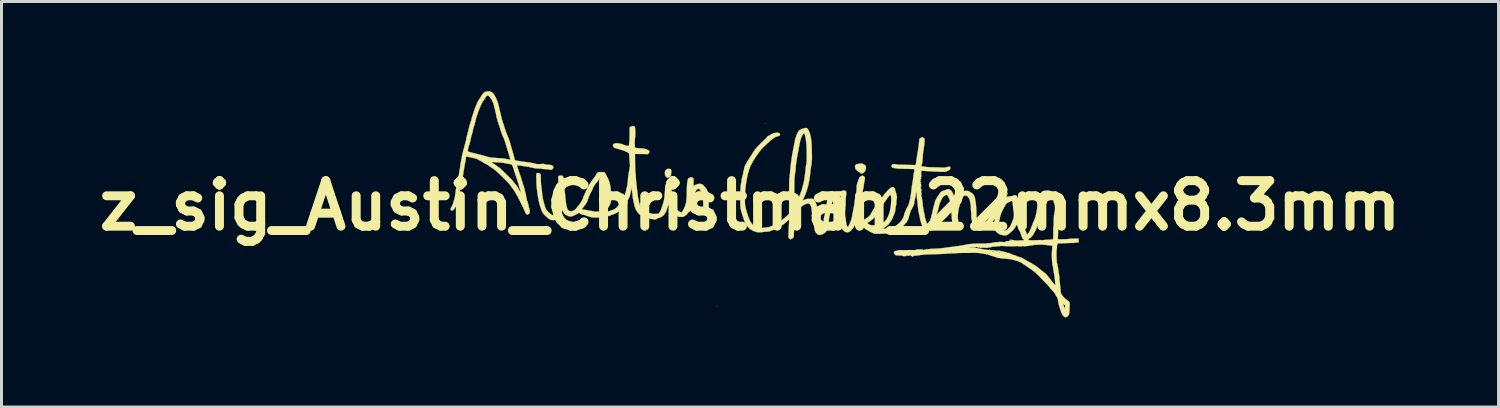
<source format=kicad_pcb>
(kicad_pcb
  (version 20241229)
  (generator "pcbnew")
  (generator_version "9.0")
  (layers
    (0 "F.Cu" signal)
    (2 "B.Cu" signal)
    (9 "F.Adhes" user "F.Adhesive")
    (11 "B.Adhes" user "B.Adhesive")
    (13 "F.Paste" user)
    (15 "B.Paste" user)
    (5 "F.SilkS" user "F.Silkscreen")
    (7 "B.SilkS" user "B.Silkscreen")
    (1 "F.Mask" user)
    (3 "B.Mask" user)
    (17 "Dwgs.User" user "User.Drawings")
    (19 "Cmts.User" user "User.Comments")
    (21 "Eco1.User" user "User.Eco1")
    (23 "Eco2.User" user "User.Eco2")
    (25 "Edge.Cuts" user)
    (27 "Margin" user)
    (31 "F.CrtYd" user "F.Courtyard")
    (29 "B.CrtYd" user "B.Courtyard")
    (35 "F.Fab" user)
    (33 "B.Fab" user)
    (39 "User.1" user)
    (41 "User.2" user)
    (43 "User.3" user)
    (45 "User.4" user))
  (footprint "z_sig_Austin_Christman_22mmx8.3mm"
    (layer "F.Cu")
    (at 22.033 3.825)
    (property "Reference" "z_sig_Austin_Christman_22mmx8.3mm" (at 0 0 0) (layer "F.SilkS") (effects (font (size 1.524 1.524) (thickness 0.3))))
    (attr through_hole)
    (fp_poly (pts (xy -1.102 3.366) (xy -1.105 3.37) (xy -1.109 3.366) (xy -1.105 3.363) (xy -1.102 3.366)) (stroke (width 0.01) (type solid)) (fill yes) (layer "F.SilkS"))
    (fp_poly (pts (xy 0.529 -2.737) (xy 0.526 -2.733) (xy 0.522 -2.737) (xy 0.526 -2.74) (xy 0.529 -2.737)) (stroke (width 0.01) (type solid)) (fill yes) (layer "F.SilkS"))
    (fp_poly (pts (xy 8.017 1.471) (xy 8.027 1.477) (xy 8.023 1.481) (xy 8.017 1.481) (xy 8.008 1.477) (xy 8.006 1.474) (xy 8.012 1.47) (xy 8.017 1.471)) (stroke (width 0.01) (type solid)) (fill yes) (layer "F.SilkS"))
    (fp_poly (pts (xy -2.714 -1.227) (xy -2.685 -1.224) (xy -2.663 -1.218) (xy -2.648 -1.208) (xy -2.638 -1.191) (xy -2.634 -1.165) (xy -2.634 -1.13) (xy -2.637 -1.084) (xy -2.64 -1.056) (xy -2.644 -1.024) (xy -2.648 -1.003) (xy -2.653 -0.989) (xy -2.662 -0.978) (xy -2.671 -0.969) (xy -2.704 -0.947) (xy -2.732 -0.938) (xy -2.757 -0.933) (xy -2.773 -0.931) (xy -2.782 -0.934) (xy -2.789 -0.941) (xy -2.794 -0.95) (xy -2.806 -0.965) (xy -2.817 -0.975) (xy -2.829 -0.99) (xy -2.839 -1.015) (xy -2.846 -1.046) (xy -2.848 -1.076) (xy -2.846 -1.118) (xy -2.839 -1.149) (xy -2.824 -1.175) (xy -2.802 -1.198) (xy -2.784 -1.212) (xy -2.769 -1.222) (xy -2.753 -1.226) (xy -2.731 -1.227) (xy -2.714 -1.227)) (stroke (width 0.01) (type solid)) (fill yes) (layer "F.SilkS"))
    (fp_poly (pts (xy 3.737 -1.402) (xy 3.76 -1.398) (xy 3.781 -1.391) (xy 3.8 -1.381) (xy 3.834 -1.36) (xy 3.857 -1.34) (xy 3.87 -1.318) (xy 3.876 -1.291) (xy 3.877 -1.264) (xy 3.873 -1.234) (xy 3.866 -1.202) (xy 3.856 -1.173) (xy 3.846 -1.149) (xy 3.835 -1.134) (xy 3.827 -1.13) (xy 3.821 -1.125) (xy 3.821 -1.12) (xy 3.815 -1.109) (xy 3.801 -1.1) (xy 3.786 -1.092) (xy 3.777 -1.086) (xy 3.768 -1.082) (xy 3.75 -1.078) (xy 3.738 -1.076) (xy 3.716 -1.074) (xy 3.704 -1.077) (xy 3.694 -1.085) (xy 3.688 -1.094) (xy 3.667 -1.115) (xy 3.642 -1.127) (xy 3.613 -1.142) (xy 3.579 -1.169) (xy 3.568 -1.18) (xy 3.546 -1.202) (xy 3.532 -1.22) (xy 3.524 -1.238) (xy 3.518 -1.26) (xy 3.516 -1.266) (xy 3.511 -1.307) (xy 3.517 -1.338) (xy 3.532 -1.362) (xy 3.538 -1.368) (xy 3.557 -1.378) (xy 3.587 -1.387) (xy 3.623 -1.395) (xy 3.663 -1.4) (xy 3.703 -1.402) (xy 3.706 -1.402) (xy 3.737 -1.402)) (stroke (width 0.01) (type solid)) (fill yes) (layer "F.SilkS"))
    (fp_poly (pts (xy -8.74 -3.819) (xy -8.702 -3.815) (xy -8.67 -3.807) (xy -8.64 -3.792) (xy -8.607 -3.768) (xy -8.597 -3.76) (xy -8.58 -3.742) (xy -8.559 -3.712) (xy -8.537 -3.674) (xy -8.514 -3.629) (xy -8.49 -3.581) (xy -8.468 -3.532) (xy -8.448 -3.483) (xy -8.432 -3.439) (xy -8.421 -3.401) (xy -8.415 -3.371) (xy -8.414 -3.363) (xy -8.411 -3.344) (xy -8.406 -3.333) (xy -8.401 -3.317) (xy -8.395 -3.294) (xy -8.393 -3.281) (xy -8.389 -3.257) (xy -8.383 -3.23) (xy -8.375 -3.196) (xy -8.364 -3.154) (xy -8.36 -3.137) (xy -8.355 -3.117) (xy -8.347 -3.086) (xy -8.338 -3.049) (xy -8.329 -3.01) (xy -8.328 -3.005) (xy -8.318 -2.963) (xy -8.306 -2.915) (xy -8.292 -2.866) (xy -8.278 -2.818) (xy -8.265 -2.776) (xy -8.254 -2.742) (xy -8.249 -2.73) (xy -8.235 -2.689) (xy -8.225 -2.658) (xy -8.221 -2.639) (xy -8.221 -2.636) (xy -8.216 -2.619) (xy -8.21 -2.608) (xy -8.202 -2.593) (xy -8.2 -2.583) (xy -8.197 -2.569) (xy -8.191 -2.547) (xy -8.182 -2.518) (xy -8.171 -2.487) (xy -8.161 -2.459) (xy -8.152 -2.436) (xy -8.145 -2.422) (xy -8.145 -2.422) (xy -8.137 -2.407) (xy -8.135 -2.399) (xy -8.132 -2.388) (xy -8.125 -2.369) (xy -8.114 -2.345) (xy -8.114 -2.344) (xy -8.103 -2.32) (xy -8.095 -2.3) (xy -8.092 -2.289) (xy -8.092 -2.288) (xy -8.088 -2.275) (xy -8.082 -2.264) (xy -8.073 -2.248) (xy -8.071 -2.239) (xy -8.068 -2.224) (xy -8.06 -2.206) (xy -8.052 -2.188) (xy -8.049 -2.175) (xy -8.046 -2.161) (xy -8.043 -2.157) (xy -8.038 -2.146) (xy -8.032 -2.127) (xy -8.028 -2.114) (xy -8.017 -2.071) (xy -8.003 -2.017) (xy -7.986 -1.958) (xy -7.968 -1.896) (xy -7.95 -1.836) (xy -7.948 -1.832) (xy -7.939 -1.8) (xy -7.929 -1.766) (xy -7.923 -1.746) (xy -7.915 -1.714) (xy -7.905 -1.68) (xy -7.901 -1.667) (xy -7.893 -1.638) (xy -7.886 -1.608) (xy -7.883 -1.596) (xy -7.878 -1.571) (xy -7.874 -1.549) (xy -7.873 -1.543) (xy -7.862 -1.521) (xy -7.841 -1.506) (xy -7.819 -1.503) (xy -7.8 -1.501) (xy -7.776 -1.498) (xy -7.765 -1.496) (xy -7.732 -1.49) (xy -7.688 -1.482) (xy -7.636 -1.474) (xy -7.58 -1.466) (xy -7.524 -1.459) (xy -7.471 -1.452) (xy -7.425 -1.446) (xy -7.413 -1.445) (xy -7.372 -1.44) (xy -7.323 -1.431) (xy -7.269 -1.42) (xy -7.217 -1.409) (xy -7.171 -1.397) (xy -7.166 -1.395) (xy -7.112 -1.386) (xy -7.047 -1.384) (xy -6.984 -1.389) (xy -6.949 -1.392) (xy -6.924 -1.394) (xy -6.905 -1.393) (xy -6.888 -1.39) (xy -6.869 -1.384) (xy -6.865 -1.383) (xy -6.826 -1.373) (xy -6.773 -1.366) (xy -6.733 -1.363) (xy -6.694 -1.36) (xy -6.667 -1.358) (xy -6.647 -1.354) (xy -6.632 -1.349) (xy -6.619 -1.341) (xy -6.617 -1.34) (xy -6.6 -1.326) (xy -6.591 -1.314) (xy -6.59 -1.31) (xy -6.586 -1.295) (xy -6.58 -1.284) (xy -6.575 -1.275) (xy -6.576 -1.266) (xy -6.585 -1.252) (xy -6.596 -1.236) (xy -6.611 -1.217) (xy -6.626 -1.204) (xy -6.643 -1.197) (xy -6.665 -1.196) (xy -6.694 -1.2) (xy -6.733 -1.208) (xy -6.744 -1.21) (xy -6.766 -1.214) (xy -6.798 -1.217) (xy -6.834 -1.219) (xy -6.855 -1.219) (xy -6.889 -1.221) (xy -6.919 -1.223) (xy -6.942 -1.226) (xy -6.951 -1.229) (xy -6.966 -1.232) (xy -6.992 -1.235) (xy -7.025 -1.238) (xy -7.063 -1.24) (xy -7.076 -1.241) (xy -7.116 -1.243) (xy -7.154 -1.245) (xy -7.186 -1.248) (xy -7.208 -1.251) (xy -7.212 -1.252) (xy -7.237 -1.258) (xy -7.268 -1.265) (xy -7.291 -1.27) (xy -7.347 -1.282) (xy -7.413 -1.295) (xy -7.483 -1.307) (xy -7.552 -1.317) (xy -7.573 -1.32) (xy -7.61 -1.325) (xy -7.645 -1.33) (xy -7.673 -1.335) (xy -7.69 -1.338) (xy -7.714 -1.342) (xy -7.74 -1.344) (xy -7.766 -1.345) (xy -7.785 -1.344) (xy -7.794 -1.341) (xy -7.794 -1.332) (xy -7.79 -1.318) (xy -7.784 -1.299) (xy -7.776 -1.274) (xy -7.774 -1.266) (xy -7.765 -1.241) (xy -7.755 -1.21) (xy -7.749 -1.195) (xy -7.738 -1.164) (xy -7.727 -1.132) (xy -7.723 -1.117) (xy -7.715 -1.091) (xy -7.703 -1.058) (xy -7.692 -1.028) (xy -7.68 -0.998) (xy -7.67 -0.97) (xy -7.664 -0.949) (xy -7.664 -0.948) (xy -7.657 -0.923) (xy -7.65 -0.9) (xy -7.649 -0.898) (xy -7.645 -0.883) (xy -7.637 -0.858) (xy -7.626 -0.826) (xy -7.615 -0.789) (xy -7.612 -0.78) (xy -7.6 -0.742) (xy -7.589 -0.706) (xy -7.579 -0.675) (xy -7.571 -0.654) (xy -7.57 -0.651) (xy -7.562 -0.628) (xy -7.553 -0.597) (xy -7.546 -0.565) (xy -7.545 -0.562) (xy -7.538 -0.53) (xy -7.531 -0.5) (xy -7.523 -0.468) (xy -7.512 -0.429) (xy -7.501 -0.389) (xy -7.495 -0.363) (xy -7.492 -0.337) (xy -7.491 -0.328) (xy -7.489 -0.306) (xy -7.484 -0.279) (xy -7.481 -0.268) (xy -7.474 -0.24) (xy -7.468 -0.211) (xy -7.467 -0.202) (xy -7.463 -0.18) (xy -7.458 -0.162) (xy -7.456 -0.159) (xy -7.442 -0.127) (xy -7.429 -0.086) (xy -7.416 -0.041) (xy -7.406 0.002) (xy -7.402 0.03) (xy -7.398 0.053) (xy -7.394 0.07) (xy -7.391 0.075) (xy -7.386 0.085) (xy -7.384 0.1) (xy -7.381 0.12) (xy -7.374 0.143) (xy -7.373 0.146) (xy -7.363 0.184) (xy -7.364 0.221) (xy -7.376 0.254) (xy -7.381 0.262) (xy -7.395 0.277) (xy -7.409 0.285) (xy -7.412 0.286) (xy -7.427 0.29) (xy -7.438 0.297) (xy -7.451 0.305) (xy -7.46 0.305) (xy -7.471 0.296) (xy -7.478 0.287) (xy -7.491 0.269) (xy -7.506 0.245) (xy -7.514 0.228) (xy -7.538 0.177) (xy -7.557 0.136) (xy -7.57 0.108) (xy -7.576 0.091) (xy -7.577 0.088) (xy -7.58 0.08) (xy -7.588 0.062) (xy -7.601 0.036) (xy -7.617 0.004) (xy -7.634 -0.032) (xy -7.653 -0.069) (xy -7.671 -0.106) (xy -7.687 -0.139) (xy -7.702 -0.167) (xy -7.712 -0.187) (xy -7.716 -0.193) (xy -7.725 -0.21) (xy -7.737 -0.233) (xy -7.744 -0.247) (xy -7.77 -0.298) (xy -7.792 -0.339) (xy -7.811 -0.371) (xy -7.814 -0.376) (xy -7.829 -0.399) (xy -7.845 -0.427) (xy -7.852 -0.44) (xy -7.861 -0.456) (xy -7.872 -0.473) (xy -7.883 -0.491) (xy -7.898 -0.513) (xy -7.916 -0.539) (xy -7.94 -0.572) (xy -7.968 -0.612) (xy -8.004 -0.66) (xy -8.042 -0.712) (xy -8.055 -0.729) (xy -8.078 -0.754) (xy -8.108 -0.785) (xy -8.144 -0.822) (xy -8.184 -0.863) (xy -8.228 -0.907) (xy -8.273 -0.951) (xy -8.317 -0.995) (xy -8.361 -1.037) (xy -8.401 -1.075) (xy -8.438 -1.109) (xy -8.468 -1.137) (xy -8.491 -1.157) (xy -8.503 -1.166) (xy -8.516 -1.176) (xy -8.522 -1.183) (xy -8.531 -1.191) (xy -8.549 -1.204) (xy -8.572 -1.221) (xy -8.598 -1.239) (xy -8.623 -1.256) (xy -8.636 -1.264) (xy -8.662 -1.281) (xy -8.689 -1.3) (xy -8.697 -1.306) (xy -8.744 -1.34) (xy -8.803 -1.377) (xy -8.871 -1.414) (xy -8.899 -1.429) (xy -8.923 -1.443) (xy -8.937 -1.452) (xy -8.64 -1.452) (xy -8.637 -1.445) (xy -8.623 -1.433) (xy -8.596 -1.415) (xy -8.592 -1.413) (xy -8.578 -1.404) (xy -8.557 -1.39) (xy -8.53 -1.371) (xy -8.501 -1.351) (xy -8.472 -1.33) (xy -8.446 -1.311) (xy -8.424 -1.295) (xy -8.411 -1.285) (xy -8.408 -1.283) (xy -8.397 -1.275) (xy -8.392 -1.274) (xy -8.384 -1.269) (xy -8.369 -1.256) (xy -8.35 -1.238) (xy -8.34 -1.229) (xy -8.324 -1.213) (xy -8.299 -1.189) (xy -8.268 -1.158) (xy -8.23 -1.121) (xy -8.189 -1.081) (xy -8.146 -1.039) (xy -8.119 -1.012) (xy -8.077 -0.972) (xy -8.039 -0.935) (xy -8.006 -0.901) (xy -7.978 -0.873) (xy -7.958 -0.852) (xy -7.945 -0.839) (xy -7.942 -0.834) (xy -7.938 -0.826) (xy -7.926 -0.811) (xy -7.919 -0.802) (xy -7.9 -0.78) (xy -7.882 -0.758) (xy -7.878 -0.752) (xy -7.862 -0.732) (xy -7.843 -0.708) (xy -7.834 -0.698) (xy -7.817 -0.677) (xy -7.797 -0.65) (xy -7.776 -0.62) (xy -7.757 -0.591) (xy -7.742 -0.566) (xy -7.733 -0.548) (xy -7.731 -0.545) (xy -7.725 -0.53) (xy -7.713 -0.509) (xy -7.702 -0.492) (xy -7.689 -0.472) (xy -7.68 -0.456) (xy -7.677 -0.449) (xy -7.672 -0.444) (xy -7.67 -0.444) (xy -7.663 -0.448) (xy -7.663 -0.449) (xy -7.665 -0.459) (xy -7.67 -0.477) (xy -7.673 -0.487) (xy -7.681 -0.512) (xy -7.69 -0.543) (xy -7.695 -0.562) (xy -7.704 -0.589) (xy -7.713 -0.614) (xy -7.718 -0.627) (xy -7.724 -0.647) (xy -7.727 -0.664) (xy -7.727 -0.664) (xy -7.73 -0.679) (xy -7.736 -0.701) (xy -7.738 -0.709) (xy -7.744 -0.727) (xy -7.753 -0.755) (xy -7.765 -0.79) (xy -7.777 -0.83) (xy -7.785 -0.855) (xy -7.797 -0.894) (xy -7.809 -0.929) (xy -7.818 -0.958) (xy -7.825 -0.977) (xy -7.827 -0.984) (xy -7.834 -1.001) (xy -7.844 -1.028) (xy -7.855 -1.062) (xy -7.867 -1.1) (xy -7.879 -1.136) (xy -7.889 -1.17) (xy -7.896 -1.195) (xy -7.899 -1.205) (xy -7.904 -1.227) (xy -7.91 -1.241) (xy -7.912 -1.245) (xy -7.916 -1.253) (xy -7.924 -1.271) (xy -7.932 -1.296) (xy -7.934 -1.302) (xy -7.944 -1.329) (xy -7.954 -1.352) (xy -7.963 -1.366) (xy -7.964 -1.367) (xy -7.977 -1.374) (xy -7.999 -1.381) (xy -8.026 -1.387) (xy -8.029 -1.387) (xy -8.064 -1.393) (xy -8.101 -1.399) (xy -8.128 -1.403) (xy -8.156 -1.409) (xy -8.181 -1.414) (xy -8.196 -1.418) (xy -8.216 -1.423) (xy -8.247 -1.428) (xy -8.285 -1.432) (xy -8.33 -1.437) (xy -8.378 -1.442) (xy -8.427 -1.446) (xy -8.476 -1.45) (xy -8.522 -1.452) (xy -8.564 -1.454) (xy -8.598 -1.455) (xy -8.624 -1.455) (xy -8.638 -1.453) (xy -8.64 -1.452) (xy -8.937 -1.452) (xy -8.939 -1.453) (xy -8.944 -1.457) (xy -8.956 -1.465) (xy -8.961 -1.467) (xy -8.969 -1.47) (xy -8.987 -1.479) (xy -9.011 -1.493) (xy -9.025 -1.501) (xy -9.07 -1.527) (xy -9.106 -1.547) (xy -9.136 -1.561) (xy -9.164 -1.571) (xy -9.192 -1.579) (xy -9.216 -1.584) (xy -9.282 -1.598) (xy -9.341 -1.611) (xy -9.391 -1.622) (xy -9.43 -1.632) (xy -9.443 -1.636) (xy -9.467 -1.641) (xy -9.483 -1.641) (xy -9.494 -1.634) (xy -9.5 -1.616) (xy -9.504 -1.587) (xy -9.505 -1.568) (xy -9.509 -1.534) (xy -9.514 -1.501) (xy -9.519 -1.474) (xy -9.52 -1.47) (xy -9.549 -1.334) (xy -9.559 -1.266) (xy -9.564 -1.231) (xy -9.569 -1.196) (xy -9.575 -1.167) (xy -9.577 -1.159) (xy -9.583 -1.128) (xy -9.589 -1.093) (xy -9.591 -1.077) (xy -9.596 -1.038) (xy -9.603 -0.99) (xy -9.613 -0.94) (xy -9.623 -0.894) (xy -9.628 -0.872) (xy -9.633 -0.846) (xy -9.637 -0.821) (xy -9.638 -0.81) (xy -9.64 -0.794) (xy -9.644 -0.787) (xy -9.645 -0.787) (xy -9.65 -0.781) (xy -9.652 -0.769) (xy -9.655 -0.75) (xy -9.662 -0.728) (xy -9.662 -0.727) (xy -9.667 -0.709) (xy -9.672 -0.682) (xy -9.676 -0.651) (xy -9.677 -0.647) (xy -9.68 -0.62) (xy -9.684 -0.597) (xy -9.687 -0.584) (xy -9.688 -0.583) (xy -9.692 -0.572) (xy -9.695 -0.553) (xy -9.697 -0.54) (xy -9.701 -0.496) (xy -9.708 -0.446) (xy -9.716 -0.393) (xy -9.724 -0.341) (xy -9.733 -0.292) (xy -9.741 -0.251) (xy -9.749 -0.222) (xy -9.757 -0.19) (xy -9.765 -0.159) (xy -9.77 -0.135) (xy -9.771 -0.13) (xy -9.775 -0.112) (xy -9.779 -0.101) (xy -9.78 -0.1) (xy -9.785 -0.094) (xy -9.793 -0.078) (xy -9.798 -0.065) (xy -9.807 -0.043) (xy -9.816 -0.026) (xy -9.821 -0.021) (xy -9.829 -0.007) (xy -9.831 0.001) (xy -9.835 0.015) (xy -9.844 0.035) (xy -9.855 0.052) (xy -9.871 0.077) (xy -9.885 0.1) (xy -9.892 0.113) (xy -9.904 0.129) (xy -9.916 0.139) (xy -9.917 0.14) (xy -9.931 0.147) (xy -9.946 0.158) (xy -9.961 0.169) (xy -9.973 0.17) (xy -9.987 0.16) (xy -9.997 0.147) (xy -10.017 0.122) (xy -9.998 0.077) (xy -9.987 0.053) (xy -9.976 0.032) (xy -9.969 0.021) (xy -9.961 0.007) (xy -9.96 0) (xy -9.955 -0.013) (xy -9.95 -0.021) (xy -9.944 -0.032) (xy -9.936 -0.054) (xy -9.927 -0.083) (xy -9.917 -0.117) (xy -9.917 -0.118) (xy -9.907 -0.152) (xy -9.898 -0.183) (xy -9.891 -0.206) (xy -9.887 -0.218) (xy -9.887 -0.218) (xy -9.883 -0.231) (xy -9.878 -0.253) (xy -9.872 -0.283) (xy -9.865 -0.325) (xy -9.858 -0.379) (xy -9.856 -0.39) (xy -9.85 -0.431) (xy -9.844 -0.475) (xy -9.838 -0.516) (xy -9.835 -0.533) (xy -9.829 -0.571) (xy -9.823 -0.611) (xy -9.818 -0.646) (xy -9.817 -0.651) (xy -9.805 -0.718) (xy -9.792 -0.781) (xy -9.778 -0.836) (xy -9.773 -0.855) (xy -9.76 -0.901) (xy -9.749 -0.955) (xy -9.738 -1.02) (xy -9.728 -1.09) (xy -9.723 -1.126) (xy -9.718 -1.159) (xy -9.713 -1.184) (xy -9.71 -1.198) (xy -9.706 -1.215) (xy -9.701 -1.242) (xy -9.697 -1.273) (xy -9.695 -1.284) (xy -9.691 -1.318) (xy -9.686 -1.352) (xy -9.682 -1.379) (xy -9.681 -1.384) (xy -9.677 -1.409) (xy -9.671 -1.441) (xy -9.665 -1.475) (xy -9.664 -1.483) (xy -9.658 -1.515) (xy -9.652 -1.545) (xy -9.646 -1.568) (xy -9.645 -1.572) (xy -9.64 -1.597) (xy -9.638 -1.622) (xy -9.638 -1.624) (xy -9.636 -1.645) (xy -9.631 -1.672) (xy -9.628 -1.684) (xy -9.613 -1.74) (xy -9.601 -1.789) (xy -9.595 -1.821) (xy -9.591 -1.842) (xy -9.443 -1.842) (xy -9.442 -1.829) (xy -9.435 -1.818) (xy -9.42 -1.807) (xy -9.396 -1.796) (xy -9.36 -1.784) (xy -9.313 -1.771) (xy -9.264 -1.759) (xy -9.226 -1.75) (xy -9.191 -1.742) (xy -9.162 -1.734) (xy -9.142 -1.729) (xy -9.142 -1.728) (xy -9.117 -1.721) (xy -9.087 -1.713) (xy -9.072 -1.71) (xy -9.016 -1.697) (xy -8.969 -1.686) (xy -8.928 -1.675) (xy -8.888 -1.663) (xy -8.879 -1.659) (xy -8.827 -1.643) (xy -8.78 -1.63) (xy -8.734 -1.619) (xy -8.686 -1.611) (xy -8.634 -1.603) (xy -8.575 -1.598) (xy -8.508 -1.593) (xy -8.429 -1.588) (xy -8.425 -1.588) (xy -8.375 -1.585) (xy -8.326 -1.582) (xy -8.282 -1.578) (xy -8.245 -1.574) (xy -8.218 -1.571) (xy -8.214 -1.57) (xy -8.18 -1.564) (xy -8.144 -1.557) (xy -8.117 -1.552) (xy -8.094 -1.548) (xy -8.078 -1.544) (xy -8.072 -1.541) (xy -8.063 -1.539) (xy -8.046 -1.538) (xy -8.04 -1.538) (xy -8.022 -1.539) (xy -8.016 -1.543) (xy -8.017 -1.551) (xy -8.022 -1.566) (xy -8.028 -1.587) (xy -8.028 -1.588) (xy -8.035 -1.614) (xy -8.044 -1.647) (xy -8.054 -1.683) (xy -8.063 -1.714) (xy -8.068 -1.728) (xy -8.075 -1.753) (xy -8.085 -1.785) (xy -8.097 -1.823) (xy -8.103 -1.842) (xy -8.116 -1.887) (xy -8.131 -1.933) (xy -8.144 -1.977) (xy -8.155 -2.014) (xy -8.157 -2.021) (xy -8.177 -2.085) (xy -8.193 -2.137) (xy -8.208 -2.179) (xy -8.22 -2.213) (xy -8.231 -2.242) (xy -8.242 -2.266) (xy -8.245 -2.273) (xy -8.279 -2.348) (xy -8.309 -2.427) (xy -8.318 -2.454) (xy -8.327 -2.481) (xy -8.336 -2.507) (xy -8.34 -2.519) (xy -8.348 -2.542) (xy -8.356 -2.569) (xy -8.357 -2.576) (xy -8.364 -2.598) (xy -8.373 -2.628) (xy -8.384 -2.66) (xy -8.387 -2.669) (xy -8.398 -2.7) (xy -8.407 -2.731) (xy -8.414 -2.755) (xy -8.415 -2.76) (xy -8.421 -2.778) (xy -8.426 -2.789) (xy -8.428 -2.79) (xy -8.433 -2.797) (xy -8.437 -2.813) (xy -8.438 -2.821) (xy -8.443 -2.847) (xy -8.451 -2.876) (xy -8.453 -2.883) (xy -8.462 -2.909) (xy -8.471 -2.942) (xy -8.48 -2.985) (xy -8.491 -3.04) (xy -8.498 -3.073) (xy -8.503 -3.101) (xy -8.509 -3.123) (xy -8.514 -3.136) (xy -8.515 -3.137) (xy -8.52 -3.149) (xy -8.522 -3.165) (xy -8.523 -3.184) (xy -8.528 -3.209) (xy -8.532 -3.222) (xy -8.538 -3.249) (xy -8.546 -3.281) (xy -8.554 -3.313) (xy -8.563 -3.352) (xy -8.573 -3.388) (xy -8.582 -3.418) (xy -8.59 -3.438) (xy -8.593 -3.445) (xy -8.599 -3.455) (xy -8.607 -3.474) (xy -8.617 -3.497) (xy -8.633 -3.531) (xy -8.655 -3.569) (xy -8.68 -3.605) (xy -8.705 -3.636) (xy -8.728 -3.66) (xy -8.738 -3.667) (xy -8.757 -3.678) (xy -8.771 -3.682) (xy -8.787 -3.679) (xy -8.788 -3.678) (xy -8.808 -3.667) (xy -8.825 -3.649) (xy -8.826 -3.647) (xy -8.839 -3.627) (xy -8.855 -3.603) (xy -8.864 -3.59) (xy -8.876 -3.57) (xy -8.884 -3.555) (xy -8.886 -3.55) (xy -8.891 -3.541) (xy -8.9 -3.529) (xy -8.918 -3.507) (xy -8.939 -3.475) (xy -8.961 -3.436) (xy -8.983 -3.394) (xy -9.003 -3.352) (xy -9.019 -3.315) (xy -9.026 -3.295) (xy -9.037 -3.265) (xy -9.05 -3.235) (xy -9.055 -3.226) (xy -9.065 -3.205) (xy -9.071 -3.189) (xy -9.073 -3.183) (xy -9.076 -3.171) (xy -9.083 -3.152) (xy -9.087 -3.145) (xy -9.095 -3.123) (xy -9.1 -3.104) (xy -9.101 -3.1) (xy -9.104 -3.083) (xy -9.112 -3.062) (xy -9.117 -3.053) (xy -9.126 -3.032) (xy -9.137 -2.999) (xy -9.149 -2.959) (xy -9.162 -2.913) (xy -9.174 -2.865) (xy -9.185 -2.82) (xy -9.191 -2.794) (xy -9.197 -2.773) (xy -9.201 -2.761) (xy -9.206 -2.745) (xy -9.208 -2.725) (xy -9.212 -2.703) (xy -9.219 -2.686) (xy -9.226 -2.67) (xy -9.236 -2.645) (xy -9.246 -2.613) (xy -9.256 -2.579) (xy -9.263 -2.546) (xy -9.266 -2.533) (xy -9.274 -2.49) (xy -9.281 -2.457) (xy -9.287 -2.432) (xy -9.293 -2.41) (xy -9.301 -2.387) (xy -9.301 -2.386) (xy -9.311 -2.355) (xy -9.321 -2.319) (xy -9.327 -2.293) (xy -9.334 -2.259) (xy -9.343 -2.221) (xy -9.348 -2.197) (xy -9.357 -2.162) (xy -9.365 -2.125) (xy -9.37 -2.104) (xy -9.378 -2.072) (xy -9.387 -2.041) (xy -9.397 -2.014) (xy -9.405 -1.996) (xy -9.409 -1.989) (xy -9.412 -1.981) (xy -9.416 -1.962) (xy -9.421 -1.936) (xy -9.423 -1.925) (xy -9.428 -1.896) (xy -9.433 -1.872) (xy -9.437 -1.857) (xy -9.439 -1.855) (xy -9.443 -1.842) (xy -9.591 -1.842) (xy -9.591 -1.842) (xy -9.585 -1.858) (xy -9.584 -1.861) (xy -9.577 -1.876) (xy -9.576 -1.882) (xy -9.573 -1.892) (xy -9.568 -1.914) (xy -9.56 -1.944) (xy -9.551 -1.98) (xy -9.544 -2.003) (xy -9.534 -2.043) (xy -9.525 -2.079) (xy -9.517 -2.109) (xy -9.512 -2.129) (xy -9.511 -2.136) (xy -9.506 -2.154) (xy -9.501 -2.165) (xy -9.497 -2.176) (xy -9.493 -2.196) (xy -9.491 -2.215) (xy -9.487 -2.246) (xy -9.481 -2.278) (xy -9.477 -2.293) (xy -9.469 -2.322) (xy -9.46 -2.355) (xy -9.456 -2.368) (xy -9.442 -2.421) (xy -9.431 -2.465) (xy -9.421 -2.506) (xy -9.412 -2.544) (xy -9.405 -2.576) (xy -9.397 -2.609) (xy -9.39 -2.635) (xy -9.39 -2.637) (xy -9.379 -2.675) (xy -9.366 -2.716) (xy -9.354 -2.756) (xy -9.342 -2.792) (xy -9.333 -2.821) (xy -9.326 -2.839) (xy -9.326 -2.839) (xy -9.319 -2.86) (xy -9.316 -2.878) (xy -9.316 -2.878) (xy -9.314 -2.895) (xy -9.308 -2.917) (xy -9.306 -2.926) (xy -9.298 -2.952) (xy -9.289 -2.983) (xy -9.283 -3.001) (xy -9.275 -3.027) (xy -9.268 -3.048) (xy -9.264 -3.059) (xy -9.256 -3.076) (xy -9.251 -3.094) (xy -9.245 -3.112) (xy -9.237 -3.138) (xy -9.227 -3.166) (xy -9.227 -3.166) (xy -9.218 -3.192) (xy -9.212 -3.215) (xy -9.209 -3.229) (xy -9.209 -3.229) (xy -9.204 -3.245) (xy -9.198 -3.253) (xy -9.189 -3.268) (xy -9.187 -3.276) (xy -9.184 -3.287) (xy -9.177 -3.307) (xy -9.166 -3.335) (xy -9.153 -3.366) (xy -9.139 -3.4) (xy -9.125 -3.431) (xy -9.112 -3.459) (xy -9.103 -3.48) (xy -9.096 -3.491) (xy -9.096 -3.491) (xy -9.089 -3.499) (xy -9.079 -3.516) (xy -9.073 -3.527) (xy -9.058 -3.553) (xy -9.038 -3.585) (xy -9.015 -3.621) (xy -8.99 -3.658) (xy -8.966 -3.693) (xy -8.943 -3.725) (xy -8.924 -3.751) (xy -8.91 -3.768) (xy -8.905 -3.772) (xy -8.864 -3.798) (xy -8.814 -3.814) (xy -8.757 -3.82) (xy -8.74 -3.819)) (stroke (width 0.01) (type solid)) (fill yes) (layer "F.SilkS"))
    (fp_poly (pts (xy -3.892 -2.655) (xy -3.867 -2.647) (xy -3.854 -2.636) (xy -3.849 -2.622) (xy -3.845 -2.596) (xy -3.841 -2.561) (xy -3.839 -2.518) (xy -3.838 -2.471) (xy -3.837 -2.422) (xy -3.838 -2.372) (xy -3.84 -2.326) (xy -3.842 -2.284) (xy -3.846 -2.25) (xy -3.85 -2.227) (xy -3.853 -2.211) (xy -3.854 -2.183) (xy -3.855 -2.149) (xy -3.855 -2.109) (xy -3.855 -2.068) (xy -3.854 -2.029) (xy -3.852 -1.993) (xy -3.85 -1.966) (xy -3.847 -1.948) (xy -3.846 -1.945) (xy -3.842 -1.938) (xy -3.836 -1.933) (xy -3.826 -1.929) (xy -3.809 -1.926) (xy -3.784 -1.923) (xy -3.748 -1.92) (xy -3.7 -1.917) (xy -3.7 -1.917) (xy -3.632 -1.913) (xy -3.578 -1.908) (xy -3.535 -1.902) (xy -3.501 -1.896) (xy -3.476 -1.888) (xy -3.457 -1.879) (xy -3.456 -1.878) (xy -3.436 -1.867) (xy -3.418 -1.858) (xy -3.415 -1.857) (xy -3.398 -1.849) (xy -3.381 -1.838) (xy -3.369 -1.827) (xy -3.366 -1.814) (xy -3.367 -1.795) (xy -3.377 -1.766) (xy -3.393 -1.743) (xy -3.413 -1.721) (xy -3.551 -1.724) (xy -3.601 -1.725) (xy -3.652 -1.726) (xy -3.701 -1.726) (xy -3.743 -1.727) (xy -3.767 -1.727) (xy -3.846 -1.728) (xy -3.846 -1.624) (xy -3.845 -1.535) (xy -3.844 -1.452) (xy -3.843 -1.374) (xy -3.842 -1.305) (xy -3.841 -1.244) (xy -3.839 -1.193) (xy -3.837 -1.154) (xy -3.835 -1.127) (xy -3.834 -1.12) (xy -3.831 -1.1) (xy -3.828 -1.068) (xy -3.825 -1.028) (xy -3.821 -0.982) (xy -3.818 -0.934) (xy -3.817 -0.923) (xy -3.813 -0.874) (xy -3.81 -0.828) (xy -3.806 -0.786) (xy -3.803 -0.753) (xy -3.8 -0.73) (xy -3.8 -0.726) (xy -3.796 -0.7) (xy -3.792 -0.666) (xy -3.788 -0.628) (xy -3.785 -0.605) (xy -3.781 -0.564) (xy -3.776 -0.521) (xy -3.772 -0.482) (xy -3.77 -0.465) (xy -3.765 -0.427) (xy -3.76 -0.385) (xy -3.756 -0.348) (xy -3.756 -0.347) (xy -3.745 -0.275) (xy -3.731 -0.206) (xy -3.727 -0.19) (xy -3.721 -0.165) (xy -3.716 -0.135) (xy -3.714 -0.124) (xy -3.709 -0.1) (xy -3.703 -0.08) (xy -3.7 -0.073) (xy -3.693 -0.055) (xy -3.692 -0.045) (xy -3.689 -0.03) (xy -3.681 -0.012) (xy -3.674 0.004) (xy -3.67 0.015) (xy -3.67 0.015) (xy -3.666 0.026) (xy -3.655 0.045) (xy -3.638 0.07) (xy -3.618 0.096) (xy -3.597 0.122) (xy -3.577 0.145) (xy -3.561 0.161) (xy -3.535 0.184) (xy -3.514 0.201) (xy -3.492 0.213) (xy -3.467 0.223) (xy -3.434 0.232) (xy -3.417 0.237) (xy -3.379 0.247) (xy -3.339 0.257) (xy -3.303 0.267) (xy -3.291 0.27) (xy -3.259 0.278) (xy -3.231 0.281) (xy -3.201 0.28) (xy -3.18 0.278) (xy -3.15 0.276) (xy -3.122 0.275) (xy -3.102 0.276) (xy -3.1 0.276) (xy -3.076 0.275) (xy -3.055 0.265) (xy -3.041 0.253) (xy -3.034 0.244) (xy -3.034 0.243) (xy -3.03 0.234) (xy -3.021 0.217) (xy -3.01 0.199) (xy -2.995 0.173) (xy -2.983 0.151) (xy -2.973 0.129) (xy -2.964 0.102) (xy -2.952 0.066) (xy -2.943 0.038) (xy -2.935 0.014) (xy -2.929 -0.002) (xy -2.927 -0.005) (xy -2.922 -0.018) (xy -2.915 -0.041) (xy -2.908 -0.064) (xy -2.9 -0.094) (xy -2.891 -0.124) (xy -2.886 -0.142) (xy -2.88 -0.167) (xy -2.876 -0.192) (xy -2.876 -0.197) (xy -2.874 -0.22) (xy -2.869 -0.24) (xy -2.865 -0.256) (xy -2.861 -0.285) (xy -2.857 -0.325) (xy -2.853 -0.374) (xy -2.848 -0.431) (xy -2.844 -0.494) (xy -2.844 -0.497) (xy -2.841 -0.556) (xy -2.838 -0.602) (xy -2.836 -0.638) (xy -2.833 -0.664) (xy -2.83 -0.683) (xy -2.825 -0.696) (xy -2.819 -0.706) (xy -2.811 -0.713) (xy -2.801 -0.72) (xy -2.789 -0.727) (xy -2.759 -0.74) (xy -2.726 -0.745) (xy -2.694 -0.743) (xy -2.668 -0.733) (xy -2.659 -0.726) (xy -2.652 -0.718) (xy -2.646 -0.709) (xy -2.642 -0.696) (xy -2.639 -0.676) (xy -2.635 -0.648) (xy -2.631 -0.609) (xy -2.63 -0.594) (xy -2.626 -0.55) (xy -2.623 -0.508) (xy -2.62 -0.471) (xy -2.619 -0.443) (xy -2.619 -0.434) (xy -2.617 -0.401) (xy -2.614 -0.368) (xy -2.611 -0.35) (xy -2.605 -0.318) (xy -2.599 -0.284) (xy -2.598 -0.272) (xy -2.592 -0.237) (xy -2.584 -0.201) (xy -2.575 -0.169) (xy -2.568 -0.147) (xy -2.562 -0.13) (xy -2.556 -0.108) (xy -2.555 -0.104) (xy -2.548 -0.077) (xy -2.538 -0.05) (xy -2.537 -0.047) (xy -2.529 -0.026) (xy -2.519 0.003) (xy -2.507 0.033) (xy -2.506 0.037) (xy -2.48 0.091) (xy -2.443 0.139) (xy -2.399 0.179) (xy -2.35 0.208) (xy -2.316 0.221) (xy -2.297 0.225) (xy -2.284 0.222) (xy -2.272 0.212) (xy -2.263 0.199) (xy -2.249 0.177) (xy -2.234 0.148) (xy -2.217 0.116) (xy -2.2 0.082) (xy -2.186 0.051) (xy -2.175 0.026) (xy -2.169 0.008) (xy -2.168 0.003) (xy -2.165 -0.012) (xy -2.161 -0.018) (xy -2.157 -0.028) (xy -2.15 -0.048) (xy -2.143 -0.075) (xy -2.14 -0.086) (xy -2.133 -0.125) (xy -2.127 -0.177) (xy -2.122 -0.241) (xy -2.118 -0.316) (xy -2.115 -0.399) (xy -2.114 -0.479) (xy -2.113 -0.546) (xy -2.111 -0.609) (xy -2.108 -0.668) (xy -2.105 -0.719) (xy -2.101 -0.761) (xy -2.097 -0.792) (xy -2.092 -0.81) (xy -2.086 -0.833) (xy -2.082 -0.853) (xy -2.082 -0.856) (xy -2.076 -0.889) (xy -2.057 -0.915) (xy -2.027 -0.932) (xy -2.026 -0.932) (xy -1.986 -0.943) (xy -1.951 -0.942) (xy -1.919 -0.93) (xy -1.917 -0.929) (xy -1.89 -0.914) (xy -1.888 -0.859) (xy -1.887 -0.827) (xy -1.888 -0.787) (xy -1.889 -0.746) (xy -1.89 -0.733) (xy -1.891 -0.703) (xy -1.892 -0.678) (xy -1.892 -0.663) (xy -1.892 -0.659) (xy -1.884 -0.66) (xy -1.869 -0.666) (xy -1.852 -0.675) (xy -1.839 -0.684) (xy -1.819 -0.694) (xy -1.789 -0.705) (xy -1.754 -0.715) (xy -1.717 -0.723) (xy -1.69 -0.727) (xy -1.667 -0.727) (xy -1.643 -0.723) (xy -1.613 -0.714) (xy -1.595 -0.707) (xy -1.581 -0.698) (xy -1.561 -0.68) (xy -1.538 -0.656) (xy -1.513 -0.629) (xy -1.49 -0.6) (xy -1.47 -0.574) (xy -1.456 -0.553) (xy -1.455 -0.55) (xy -1.44 -0.517) (xy -1.427 -0.487) (xy -1.417 -0.458) (xy -1.409 -0.427) (xy -1.403 -0.392) (xy -1.398 -0.352) (xy -1.394 -0.303) (xy -1.391 -0.245) (xy -1.388 -0.174) (xy -1.388 -0.172) (xy -1.384 -0.076) (xy -1.38 0.007) (xy -1.376 0.077) (xy -1.372 0.134) (xy -1.369 0.177) (xy -1.366 0.206) (xy -1.363 0.22) (xy -1.362 0.233) (xy -1.367 0.236) (xy -1.372 0.238) (xy -1.366 0.247) (xy -1.361 0.258) (xy -1.367 0.269) (xy -1.369 0.271) (xy -1.378 0.283) (xy -1.381 0.291) (xy -1.387 0.301) (xy -1.402 0.314) (xy -1.422 0.328) (xy -1.442 0.338) (xy -1.46 0.343) (xy -1.462 0.343) (xy -1.475 0.338) (xy -1.492 0.324) (xy -1.51 0.304) (xy -1.527 0.283) (xy -1.538 0.264) (xy -1.541 0.255) (xy -1.543 0.238) (xy -1.545 0.212) (xy -1.548 0.179) (xy -1.549 0.157) (xy -1.551 0.12) (xy -1.555 0.083) (xy -1.558 0.051) (xy -1.56 0.039) (xy -1.563 0.015) (xy -1.565 -0.019) (xy -1.566 -0.058) (xy -1.567 -0.093) (xy -1.57 -0.196) (xy -1.578 -0.287) (xy -1.592 -0.364) (xy -1.612 -0.428) (xy -1.635 -0.476) (xy -1.652 -0.501) (xy -1.672 -0.525) (xy -1.692 -0.546) (xy -1.709 -0.56) (xy -1.72 -0.565) (xy -1.745 -0.559) (xy -1.77 -0.541) (xy -1.794 -0.514) (xy -1.816 -0.48) (xy -1.832 -0.442) (xy -1.834 -0.436) (xy -1.866 -0.307) (xy -1.888 -0.183) (xy -1.889 -0.168) (xy -1.893 -0.137) (xy -1.898 -0.109) (xy -1.903 -0.088) (xy -1.903 -0.086) (xy -1.908 -0.062) (xy -1.91 -0.034) (xy -1.91 -0.031) (xy -1.912 -0.006) (xy -1.917 0.023) (xy -1.921 0.041) (xy -1.927 0.067) (xy -1.931 0.093) (xy -1.932 0.105) (xy -1.939 0.13) (xy -1.958 0.155) (xy -1.989 0.181) (xy -2.024 0.202) (xy -2.046 0.214) (xy -2.062 0.226) (xy -2.068 0.234) (xy -2.068 0.234) (xy -2.072 0.242) (xy -2.075 0.243) (xy -2.081 0.249) (xy -2.082 0.253) (xy -2.087 0.264) (xy -2.101 0.28) (xy -2.121 0.299) (xy -2.144 0.319) (xy -2.167 0.337) (xy -2.187 0.351) (xy -2.197 0.356) (xy -2.217 0.365) (xy -2.233 0.372) (xy -2.234 0.373) (xy -2.247 0.376) (xy -2.269 0.378) (xy -2.298 0.379) (xy -2.31 0.379) (xy -2.362 0.377) (xy -2.407 0.368) (xy -2.449 0.352) (xy -2.491 0.326) (xy -2.536 0.291) (xy -2.547 0.281) (xy -2.593 0.238) (xy -2.629 0.198) (xy -2.656 0.158) (xy -2.677 0.114) (xy -2.691 0.075) (xy -2.7 0.045) (xy -2.711 0.016) (xy -2.719 -0.004) (xy -2.731 -0.032) (xy -2.743 -0.004) (xy -2.752 0.02) (xy -2.761 0.049) (xy -2.766 0.068) (xy -2.778 0.114) (xy -2.788 0.15) (xy -2.797 0.175) (xy -2.804 0.189) (xy -2.805 0.19) (xy -2.811 0.2) (xy -2.812 0.204) (xy -2.816 0.214) (xy -2.826 0.232) (xy -2.841 0.256) (xy -2.851 0.27) (xy -2.877 0.305) (xy -2.902 0.331) (xy -2.931 0.355) (xy -2.943 0.363) (xy -2.979 0.386) (xy -3.01 0.402) (xy -3.039 0.412) (xy -3.071 0.418) (xy -3.077 0.419) (xy -3.1 0.423) (xy -3.114 0.432) (xy -3.122 0.444) (xy -3.135 0.46) (xy -3.152 0.465) (xy -3.158 0.465) (xy -3.185 0.463) (xy -3.224 0.458) (xy -3.27 0.451) (xy -3.321 0.442) (xy -3.373 0.432) (xy -3.423 0.421) (xy -3.469 0.41) (xy -3.507 0.4) (xy -3.531 0.392) (xy -3.556 0.382) (xy -3.58 0.372) (xy -3.598 0.363) (xy -3.606 0.358) (xy -3.614 0.353) (xy -3.63 0.344) (xy -3.637 0.34) (xy -3.667 0.32) (xy -3.7 0.29) (xy -3.734 0.254) (xy -3.767 0.214) (xy -3.795 0.172) (xy -3.817 0.133) (xy -3.821 0.125) (xy -3.831 0.1) (xy -3.84 0.077) (xy -3.849 0.052) (xy -3.857 0.025) (xy -3.865 -0.007) (xy -3.875 -0.046) (xy -3.885 -0.093) (xy -3.898 -0.151) (xy -3.911 -0.211) (xy -3.916 -0.241) (xy -3.921 -0.279) (xy -3.926 -0.318) (xy -3.928 -0.338) (xy -3.93 -0.369) (xy -3.933 -0.396) (xy -3.936 -0.414) (xy -3.937 -0.42) (xy -3.939 -0.429) (xy -3.942 -0.449) (xy -3.945 -0.477) (xy -3.946 -0.494) (xy -3.948 -0.524) (xy -3.951 -0.548) (xy -3.953 -0.564) (xy -3.954 -0.567) (xy -3.961 -0.571) (xy -3.967 -0.563) (xy -3.97 -0.546) (xy -3.971 -0.533) (xy -3.972 -0.514) (xy -3.976 -0.502) (xy -3.978 -0.501) (xy -3.983 -0.495) (xy -3.985 -0.481) (xy -3.987 -0.46) (xy -3.993 -0.437) (xy -3.993 -0.436) (xy -3.999 -0.416) (xy -4.006 -0.388) (xy -4.011 -0.365) (xy -4.019 -0.331) (xy -4.029 -0.3) (xy -4.038 -0.276) (xy -4.046 -0.261) (xy -4.051 -0.258) (xy -4.056 -0.252) (xy -4.057 -0.244) (xy -4.06 -0.231) (xy -4.07 -0.211) (xy -4.077 -0.2) (xy -4.09 -0.178) (xy -4.101 -0.16) (xy -4.105 -0.154) (xy -4.116 -0.135) (xy -4.121 -0.124) (xy -4.129 -0.11) (xy -4.135 -0.104) (xy -4.142 -0.093) (xy -4.143 -0.09) (xy -4.147 -0.073) (xy -4.16 -0.05) (xy -4.18 -0.02) (xy -4.204 0.011) (xy -4.231 0.043) (xy -4.253 0.066) (xy -4.31 0.123) (xy -4.362 0.169) (xy -4.409 0.207) (xy -4.453 0.237) (xy -4.498 0.262) (xy -4.544 0.281) (xy -4.568 0.29) (xy -4.602 0.302) (xy -4.632 0.313) (xy -4.656 0.322) (xy -4.668 0.327) (xy -4.703 0.341) (xy -4.751 0.355) (xy -4.809 0.367) (xy -4.875 0.378) (xy -4.947 0.387) (xy -5.022 0.394) (xy -5.099 0.399) (xy -5.176 0.401) (xy -5.183 0.401) (xy -5.243 0.397) (xy -5.309 0.387) (xy -5.374 0.372) (xy -5.433 0.352) (xy -5.448 0.346) (xy -5.475 0.336) (xy -5.509 0.324) (xy -5.546 0.314) (xy -5.559 0.311) (xy -5.603 0.3) (xy -5.636 0.291) (xy -5.659 0.282) (xy -5.677 0.274) (xy -5.692 0.263) (xy -5.699 0.257) (xy -5.714 0.244) (xy -5.723 0.241) (xy -5.731 0.246) (xy -5.731 0.246) (xy -5.737 0.251) (xy -5.747 0.257) (xy -5.762 0.266) (xy -5.785 0.279) (xy -5.816 0.295) (xy -5.858 0.317) (xy -5.908 0.343) (xy -5.956 0.36) (xy -6.008 0.364) (xy -6.061 0.356) (xy -6.077 0.351) (xy -6.133 0.327) (xy -6.178 0.299) (xy -6.213 0.264) (xy -6.241 0.221) (xy -6.258 0.184) (xy -6.267 0.165) (xy -6.275 0.154) (xy -6.278 0.153) (xy -6.283 0.16) (xy -6.287 0.179) (xy -6.29 0.203) (xy -6.29 0.204) (xy -6.294 0.238) (xy -6.302 0.266) (xy -6.308 0.278) (xy -6.319 0.299) (xy -6.33 0.318) (xy -6.331 0.319) (xy -6.34 0.332) (xy -6.347 0.336) (xy -6.353 0.342) (xy -6.354 0.344) (xy -6.358 0.355) (xy -6.372 0.374) (xy -6.392 0.397) (xy -6.417 0.424) (xy -6.423 0.43) (xy -6.455 0.454) (xy -6.497 0.472) (xy -6.544 0.483) (xy -6.592 0.487) (xy -6.638 0.483) (xy -6.663 0.476) (xy -6.682 0.467) (xy -6.703 0.456) (xy -6.726 0.44) (xy -6.755 0.418) (xy -6.792 0.388) (xy -6.802 0.379) (xy -6.845 0.342) (xy -6.88 0.307) (xy -6.909 0.272) (xy -6.934 0.234) (xy -6.956 0.191) (xy -6.977 0.141) (xy -6.999 0.079) (xy -7.007 0.057) (xy -7.033 -0.026) (xy -7.054 -0.106) (xy -7.073 -0.186) (xy -7.088 -0.271) (xy -7.102 -0.364) (xy -7.108 -0.415) (xy -7.114 -0.459) (xy -7.12 -0.508) (xy -7.127 -0.555) (xy -7.13 -0.576) (xy -7.133 -0.603) (xy -7.136 -0.64) (xy -7.138 -0.684) (xy -7.141 -0.733) (xy -7.143 -0.786) (xy -7.144 -0.84) (xy -7.146 -0.892) (xy -7.146 -0.943) (xy -7.146 -0.988) (xy -7.146 -1.026) (xy -7.145 -1.056) (xy -7.143 -1.074) (xy -7.142 -1.079) (xy -7.129 -1.086) (xy -7.103 -1.089) (xy -7.092 -1.089) (xy -7.066 -1.088) (xy -7.049 -1.084) (xy -7.035 -1.076) (xy -7.025 -1.067) (xy -7.001 -1.045) (xy -6.997 -0.889) (xy -6.994 -0.804) (xy -6.99 -0.73) (xy -6.984 -0.662) (xy -6.976 -0.597) (xy -6.968 -0.547) (xy -6.965 -0.522) (xy -6.961 -0.488) (xy -6.957 -0.449) (xy -6.955 -0.419) (xy -6.951 -0.383) (xy -6.948 -0.352) (xy -6.944 -0.324) (xy -6.939 -0.294) (xy -6.933 -0.258) (xy -6.923 -0.213) (xy -6.921 -0.204) (xy -6.915 -0.173) (xy -6.909 -0.147) (xy -6.902 -0.12) (xy -6.893 -0.088) (xy -6.882 -0.05) (xy -6.873 -0.018) (xy -6.864 0.014) (xy -6.857 0.039) (xy -6.842 0.082) (xy -6.824 0.12) (xy -6.8 0.156) (xy -6.767 0.193) (xy -6.742 0.219) (xy -6.697 0.26) (xy -6.655 0.293) (xy -6.617 0.318) (xy -6.585 0.332) (xy -6.563 0.336) (xy -6.537 0.329) (xy -6.523 0.319) (xy -6.505 0.295) (xy -6.487 0.263) (xy -6.473 0.227) (xy -6.464 0.193) (xy -6.464 0.188) (xy -6.459 0.164) (xy -6.452 0.144) (xy -6.449 0.138) (xy -6.442 0.119) (xy -6.439 0.101) (xy -6.437 0.081) (xy -6.431 0.057) (xy -6.43 0.053) (xy -6.424 0.032) (xy -6.418 0.002) (xy -6.413 -0.038) (xy -6.406 -0.089) (xy -6.4 -0.153) (xy -6.393 -0.23) (xy -6.392 -0.236) (xy -6.389 -0.282) (xy -6.386 -0.325) (xy -6.385 -0.367) (xy -6.385 -0.411) (xy -6.386 -0.459) (xy -6.389 -0.514) (xy -6.393 -0.578) (xy -6.399 -0.653) (xy -6.4 -0.673) (xy -6.404 -0.722) (xy -6.408 -0.775) (xy -6.411 -0.827) (xy -6.414 -0.871) (xy -6.415 -0.888) (xy -6.417 -0.929) (xy -6.417 -0.957) (xy -6.413 -0.976) (xy -6.405 -0.988) (xy -6.391 -0.994) (xy -6.37 -0.997) (xy -6.355 -0.999) (xy -6.333 -1.002) (xy -6.316 -1.004) (xy -6.312 -1.006) (xy -6.299 -1.004) (xy -6.281 -0.997) (xy -6.265 -0.988) (xy -6.257 -0.98) (xy -6.249 -0.961) (xy -6.242 -0.928) (xy -6.236 -0.884) (xy -6.231 -0.83) (xy -6.226 -0.765) (xy -6.225 -0.745) (xy -6.222 -0.702) (xy -6.22 -0.664) (xy -6.218 -0.633) (xy -6.216 -0.611) (xy -6.215 -0.602) (xy -6.214 -0.602) (xy -6.212 -0.592) (xy -6.209 -0.571) (xy -6.204 -0.541) (xy -6.2 -0.504) (xy -6.195 -0.463) (xy -6.19 -0.421) (xy -6.186 -0.379) (xy -6.182 -0.341) (xy -6.182 -0.333) (xy -6.174 -0.252) (xy -6.166 -0.174) (xy -6.157 -0.103) (xy -6.147 -0.04) (xy -6.137 0.014) (xy -6.127 0.056) (xy -6.121 0.075) (xy -6.115 0.096) (xy -6.111 0.113) (xy -6.11 0.117) (xy -6.104 0.132) (xy -6.087 0.148) (xy -6.063 0.165) (xy -6.036 0.179) (xy -6.007 0.19) (xy -5.982 0.195) (xy -5.978 0.195) (xy -5.965 0.192) (xy -5.944 0.184) (xy -5.917 0.172) (xy -5.902 0.165) (xy -5.872 0.15) (xy -5.851 0.137) (xy -5.834 0.123) (xy -5.827 0.113) (xy -5.621 0.113) (xy -5.621 0.122) (xy -5.611 0.129) (xy -5.59 0.133) (xy -5.557 0.137) (xy -5.532 0.14) (xy -5.503 0.144) (xy -5.474 0.149) (xy -5.459 0.154) (xy -5.439 0.159) (xy -5.41 0.165) (xy -5.377 0.17) (xy -5.365 0.171) (xy -5.327 0.176) (xy -5.288 0.183) (xy -5.255 0.191) (xy -5.248 0.193) (xy -5.215 0.2) (xy -5.179 0.204) (xy -5.136 0.205) (xy -5.119 0.205) (xy -5.083 0.204) (xy -5.059 0.203) (xy -5.042 0.2) (xy -5.03 0.195) (xy -5.018 0.188) (xy -5.015 0.185) (xy -4.999 0.17) (xy -4.979 0.147) (xy -4.96 0.12) (xy -4.955 0.113) (xy -4.936 0.085) (xy -4.917 0.057) (xy -4.902 0.036) (xy -4.9 0.032) (xy -4.88 0.001) (xy -4.861 -0.036) (xy -4.845 -0.073) (xy -4.835 -0.105) (xy -4.834 -0.111) (xy -4.831 -0.131) (xy -4.83 -0.164) (xy -4.828 -0.205) (xy -4.827 -0.253) (xy -4.826 -0.306) (xy -4.825 -0.359) (xy -4.825 -0.412) (xy -4.826 -0.462) (xy -4.827 -0.505) (xy -4.828 -0.54) (xy -4.83 -0.563) (xy -4.836 -0.605) (xy -4.844 -0.646) (xy -4.852 -0.684) (xy -4.861 -0.714) (xy -4.865 -0.726) (xy -4.871 -0.739) (xy -4.88 -0.761) (xy -4.892 -0.788) (xy -4.898 -0.801) (xy -4.92 -0.852) (xy -4.938 -0.891) (xy -4.952 -0.919) (xy -4.962 -0.939) (xy -4.97 -0.95) (xy -4.976 -0.956) (xy -4.977 -0.956) (xy -4.987 -0.955) (xy -5 -0.945) (xy -5.018 -0.924) (xy -5.041 -0.893) (xy -5.064 -0.86) (xy -5.084 -0.833) (xy -5.105 -0.806) (xy -5.123 -0.785) (xy -5.124 -0.784) (xy -5.139 -0.768) (xy -5.149 -0.755) (xy -5.152 -0.751) (xy -5.156 -0.742) (xy -5.167 -0.728) (xy -5.172 -0.722) (xy -5.189 -0.7) (xy -5.205 -0.675) (xy -5.206 -0.672) (xy -5.215 -0.655) (xy -5.223 -0.645) (xy -5.225 -0.644) (xy -5.231 -0.638) (xy -5.24 -0.62) (xy -5.25 -0.596) (xy -5.261 -0.566) (xy -5.263 -0.56) (xy -5.272 -0.537) (xy -5.285 -0.509) (xy -5.298 -0.486) (xy -5.311 -0.464) (xy -5.32 -0.446) (xy -5.323 -0.436) (xy -5.323 -0.436) (xy -5.327 -0.426) (xy -5.337 -0.41) (xy -5.341 -0.406) (xy -5.354 -0.385) (xy -5.363 -0.364) (xy -5.363 -0.361) (xy -5.37 -0.341) (xy -5.377 -0.326) (xy -5.384 -0.311) (xy -5.394 -0.286) (xy -5.405 -0.255) (xy -5.416 -0.222) (xy -5.426 -0.191) (xy -5.431 -0.173) (xy -5.438 -0.153) (xy -5.449 -0.129) (xy -5.462 -0.104) (xy -5.475 -0.083) (xy -5.485 -0.069) (xy -5.489 -0.066) (xy -5.495 -0.057) (xy -5.495 -0.057) (xy -5.499 -0.048) (xy -5.51 -0.031) (xy -5.527 -0.008) (xy -5.546 0.018) (xy -5.566 0.044) (xy -5.585 0.068) (xy -5.598 0.082) (xy -5.613 0.1) (xy -5.621 0.113) (xy -5.827 0.113) (xy -5.819 0.104) (xy -5.81 0.092) (xy -5.788 0.062) (xy -5.762 0.03) (xy -5.742 0.008) (xy -5.718 -0.021) (xy -5.693 -0.055) (xy -5.667 -0.093) (xy -5.642 -0.132) (xy -5.619 -0.17) (xy -5.601 -0.205) (xy -5.588 -0.234) (xy -5.581 -0.255) (xy -5.581 -0.259) (xy -5.578 -0.27) (xy -5.572 -0.287) (xy -5.571 -0.289) (xy -5.548 -0.341) (xy -5.529 -0.385) (xy -5.512 -0.423) (xy -5.494 -0.461) (xy -5.475 -0.503) (xy -5.472 -0.508) (xy -5.456 -0.541) (xy -5.442 -0.571) (xy -5.431 -0.594) (xy -5.425 -0.607) (xy -5.424 -0.608) (xy -5.4 -0.653) (xy -5.381 -0.688) (xy -5.365 -0.714) (xy -5.353 -0.733) (xy -5.344 -0.745) (xy -5.332 -0.763) (xy -5.324 -0.777) (xy -5.323 -0.78) (xy -5.319 -0.79) (xy -5.308 -0.807) (xy -5.291 -0.828) (xy -5.285 -0.836) (xy -5.25 -0.881) (xy -5.216 -0.926) (xy -5.185 -0.97) (xy -5.159 -1.01) (xy -5.139 -1.043) (xy -5.131 -1.057) (xy -5.12 -1.08) (xy -5.108 -1.096) (xy -5.093 -1.107) (xy -5.072 -1.114) (xy -5.044 -1.118) (xy -5.006 -1.12) (xy -4.972 -1.12) (xy -4.931 -1.119) (xy -4.901 -1.118) (xy -4.882 -1.116) (xy -4.87 -1.113) (xy -4.864 -1.109) (xy -4.854 -1.096) (xy -4.84 -1.074) (xy -4.824 -1.046) (xy -4.807 -1.015) (xy -4.791 -0.985) (xy -4.777 -0.958) (xy -4.768 -0.938) (xy -4.765 -0.927) (xy -4.76 -0.915) (xy -4.754 -0.909) (xy -4.745 -0.897) (xy -4.744 -0.89) (xy -4.741 -0.879) (xy -4.733 -0.859) (xy -4.724 -0.839) (xy -4.713 -0.811) (xy -4.701 -0.777) (xy -4.692 -0.742) (xy -4.691 -0.737) (xy -4.684 -0.701) (xy -4.676 -0.664) (xy -4.669 -0.633) (xy -4.668 -0.63) (xy -4.665 -0.611) (xy -4.663 -0.587) (xy -4.661 -0.554) (xy -4.659 -0.513) (xy -4.658 -0.461) (xy -4.657 -0.397) (xy -4.657 -0.347) (xy -4.656 -0.111) (xy -4.677 -0.054) (xy -4.698 -0.007) (xy -4.728 0.044) (xy -4.748 0.074) (xy -4.768 0.103) (xy -4.785 0.128) (xy -4.798 0.147) (xy -4.805 0.156) (xy -4.813 0.17) (xy -4.826 0.188) (xy -4.829 0.192) (xy -4.839 0.207) (xy -4.843 0.217) (xy -4.843 0.218) (xy -4.833 0.219) (xy -4.812 0.216) (xy -4.784 0.21) (xy -4.751 0.201) (xy -4.716 0.191) (xy -4.683 0.179) (xy -4.654 0.168) (xy -4.634 0.16) (xy -4.609 0.152) (xy -4.596 0.148) (xy -4.566 0.138) (xy -4.538 0.125) (xy -4.512 0.109) (xy -4.484 0.087) (xy -4.451 0.056) (xy -4.432 0.038) (xy -4.378 -0.018) (xy -4.334 -0.071) (xy -4.302 -0.12) (xy -4.29 -0.144) (xy -4.28 -0.164) (xy -4.267 -0.189) (xy -4.256 -0.207) (xy -4.226 -0.264) (xy -4.202 -0.313) (xy -4.184 -0.361) (xy -4.178 -0.379) (xy -4.169 -0.41) (xy -4.16 -0.439) (xy -4.153 -0.461) (xy -4.153 -0.462) (xy -4.146 -0.484) (xy -4.143 -0.502) (xy -4.143 -0.506) (xy -4.141 -0.521) (xy -4.136 -0.544) (xy -4.133 -0.555) (xy -4.109 -0.654) (xy -4.092 -0.761) (xy -4.082 -0.875) (xy -4.081 -0.887) (xy -4.079 -0.927) (xy -4.075 -0.964) (xy -4.071 -0.996) (xy -4.067 -1.018) (xy -4.067 -1.019) (xy -4.061 -1.046) (xy -4.057 -1.073) (xy -4.057 -1.082) (xy -4.055 -1.104) (xy -4.051 -1.121) (xy -4.05 -1.123) (xy -4.045 -1.137) (xy -4.041 -1.16) (xy -4.039 -1.178) (xy -4.035 -1.207) (xy -4.03 -1.242) (xy -4.023 -1.276) (xy -4.023 -1.276) (xy -4.018 -1.301) (xy -4.016 -1.323) (xy -4.015 -1.346) (xy -4.016 -1.374) (xy -4.019 -1.411) (xy -4.021 -1.43) (xy -4.025 -1.478) (xy -4.029 -1.531) (xy -4.033 -1.584) (xy -4.035 -1.621) (xy -4.038 -1.668) (xy -4.041 -1.703) (xy -4.045 -1.729) (xy -4.05 -1.746) (xy -4.057 -1.758) (xy -4.067 -1.767) (xy -4.081 -1.774) (xy -4.088 -1.777) (xy -4.114 -1.789) (xy -4.146 -1.804) (xy -4.174 -1.817) (xy -4.201 -1.83) (xy -4.227 -1.84) (xy -4.245 -1.846) (xy -4.246 -1.846) (xy -4.264 -1.851) (xy -4.29 -1.859) (xy -4.318 -1.867) (xy -4.363 -1.881) (xy -4.397 -1.891) (xy -4.424 -1.899) (xy -4.444 -1.904) (xy -4.462 -1.909) (xy -4.475 -1.911) (xy -4.519 -1.925) (xy -4.552 -1.946) (xy -4.574 -1.972) (xy -4.584 -2.004) (xy -4.584 -2.019) (xy -4.579 -2.04) (xy -4.569 -2.055) (xy -4.55 -2.066) (xy -4.521 -2.076) (xy -4.493 -2.082) (xy -4.464 -2.086) (xy -4.44 -2.087) (xy -4.415 -2.083) (xy -4.404 -2.08) (xy -4.372 -2.073) (xy -4.338 -2.066) (xy -4.322 -2.064) (xy -4.298 -2.06) (xy -4.281 -2.056) (xy -4.275 -2.053) (xy -4.261 -2.045) (xy -4.237 -2.036) (xy -4.207 -2.025) (xy -4.174 -2.015) (xy -4.14 -2.006) (xy -4.108 -1.998) (xy -4.082 -1.993) (xy -4.064 -1.991) (xy -4.058 -1.992) (xy -4.053 -2.005) (xy -4.047 -2.031) (xy -4.042 -2.067) (xy -4.037 -2.114) (xy -4.033 -2.168) (xy -4.03 -2.23) (xy -4.027 -2.296) (xy -4.025 -2.366) (xy -4.025 -2.415) (xy -4.024 -2.609) (xy -4.006 -2.627) (xy -3.984 -2.642) (xy -3.955 -2.652) (xy -3.923 -2.657) (xy -3.892 -2.655)) (stroke (width 0.01) (type solid)) (fill yes) (layer "F.SilkS"))
    (fp_poly (pts (xy 1.889 -2.594) (xy 1.911 -2.583) (xy 1.919 -2.575) (xy 1.93 -2.56) (xy 1.937 -2.551) (xy 1.947 -2.535) (xy 1.96 -2.511) (xy 1.974 -2.48) (xy 1.987 -2.449) (xy 1.999 -2.42) (xy 2.006 -2.397) (xy 2.006 -2.397) (xy 2.017 -2.355) (xy 2.026 -2.316) (xy 2.034 -2.279) (xy 2.041 -2.241) (xy 2.046 -2.201) (xy 2.051 -2.158) (xy 2.055 -2.109) (xy 2.058 -2.053) (xy 2.061 -1.988) (xy 2.064 -1.913) (xy 2.067 -1.826) (xy 2.068 -1.799) (xy 2.07 -1.718) (xy 2.071 -1.647) (xy 2.071 -1.588) (xy 2.07 -1.542) (xy 2.068 -1.509) (xy 2.067 -1.506) (xy 2.059 -1.437) (xy 2.052 -1.377) (xy 2.046 -1.327) (xy 2.04 -1.288) (xy 2.036 -1.261) (xy 2.032 -1.246) (xy 2.031 -1.245) (xy 2.028 -1.237) (xy 2.025 -1.217) (xy 2.022 -1.189) (xy 2.019 -1.154) (xy 2.018 -1.148) (xy 2.012 -1.072) (xy 2.005 -1.006) (xy 1.997 -0.947) (xy 1.989 -0.89) (xy 1.978 -0.832) (xy 1.977 -0.826) (xy 1.969 -0.788) (xy 1.962 -0.752) (xy 1.957 -0.721) (xy 1.953 -0.701) (xy 1.953 -0.7) (xy 1.948 -0.677) (xy 1.943 -0.658) (xy 1.941 -0.653) (xy 1.935 -0.64) (xy 1.929 -0.618) (xy 1.922 -0.591) (xy 1.921 -0.59) (xy 1.91 -0.548) (xy 1.898 -0.506) (xy 1.885 -0.467) (xy 1.873 -0.433) (xy 1.863 -0.407) (xy 1.855 -0.391) (xy 1.851 -0.388) (xy 1.847 -0.379) (xy 1.846 -0.368) (xy 1.844 -0.354) (xy 1.84 -0.348) (xy 1.834 -0.339) (xy 1.826 -0.322) (xy 1.817 -0.301) (xy 1.808 -0.277) (xy 1.798 -0.258) (xy 1.792 -0.25) (xy 1.783 -0.236) (xy 1.782 -0.226) (xy 1.778 -0.209) (xy 1.77 -0.194) (xy 1.763 -0.181) (xy 1.762 -0.174) (xy 1.77 -0.175) (xy 1.788 -0.181) (xy 1.813 -0.19) (xy 1.833 -0.198) (xy 1.859 -0.208) (xy 1.88 -0.215) (xy 1.899 -0.22) (xy 1.92 -0.223) (xy 1.945 -0.224) (xy 1.98 -0.225) (xy 2.006 -0.225) (xy 2.112 -0.225) (xy 2.137 -0.197) (xy 2.164 -0.16) (xy 2.189 -0.114) (xy 2.211 -0.063) (xy 2.227 -0.013) (xy 2.232 0.011) (xy 2.238 0.041) (xy 2.244 0.074) (xy 2.246 0.082) (xy 2.249 0.107) (xy 2.252 0.14) (xy 2.253 0.174) (xy 2.253 0.179) (xy 2.254 0.208) (xy 2.256 0.245) (xy 2.259 0.287) (xy 2.262 0.332) (xy 2.266 0.377) (xy 2.27 0.419) (xy 2.274 0.456) (xy 2.278 0.485) (xy 2.281 0.504) (xy 2.283 0.509) (xy 2.29 0.528) (xy 2.298 0.556) (xy 2.306 0.588) (xy 2.313 0.621) (xy 2.317 0.648) (xy 2.318 0.661) (xy 2.321 0.686) (xy 2.327 0.715) (xy 2.337 0.746) (xy 2.348 0.774) (xy 2.359 0.797) (xy 2.369 0.811) (xy 2.373 0.814) (xy 2.381 0.809) (xy 2.392 0.794) (xy 2.404 0.771) (xy 2.417 0.741) (xy 2.428 0.709) (xy 2.438 0.677) (xy 2.445 0.648) (xy 2.447 0.624) (xy 2.447 0.624) (xy 2.448 0.607) (xy 2.452 0.582) (xy 2.458 0.555) (xy 2.463 0.522) (xy 2.467 0.489) (xy 2.468 0.466) (xy 2.471 0.433) (xy 2.477 0.393) (xy 2.486 0.35) (xy 2.497 0.312) (xy 2.501 0.301) (xy 2.511 0.267) (xy 2.522 0.225) (xy 2.533 0.177) (xy 2.543 0.128) (xy 2.55 0.083) (xy 2.555 0.047) (xy 2.555 0.047) (xy 2.558 0.015) (xy 2.563 -0.027) (xy 2.568 -0.072) (xy 2.574 -0.116) (xy 2.575 -0.122) (xy 2.581 -0.168) (xy 2.587 -0.217) (xy 2.592 -0.265) (xy 2.595 -0.304) (xy 2.595 -0.306) (xy 2.597 -0.338) (xy 2.6 -0.364) (xy 2.603 -0.381) (xy 2.605 -0.386) (xy 2.611 -0.392) (xy 2.612 -0.395) (xy 2.617 -0.406) (xy 2.632 -0.42) (xy 2.652 -0.435) (xy 2.674 -0.449) (xy 2.686 -0.454) (xy 2.708 -0.461) (xy 2.743 -0.467) (xy 2.785 -0.472) (xy 2.834 -0.476) (xy 2.885 -0.478) (xy 2.937 -0.479) (xy 2.955 -0.479) (xy 2.995 -0.479) (xy 3.024 -0.479) (xy 3.047 -0.482) (xy 3.065 -0.486) (xy 3.08 -0.492) (xy 3.121 -0.505) (xy 3.154 -0.506) (xy 3.181 -0.496) (xy 3.196 -0.485) (xy 3.209 -0.471) (xy 3.216 -0.459) (xy 3.219 -0.443) (xy 3.22 -0.418) (xy 3.22 -0.414) (xy 3.218 -0.382) (xy 3.214 -0.344) (xy 3.209 -0.31) (xy 3.204 -0.272) (xy 3.2 -0.222) (xy 3.198 -0.161) (xy 3.198 -0.125) (xy 3.197 -0.081) (xy 3.196 -0.039) (xy 3.195 -0.002) (xy 3.193 0.026) (xy 3.191 0.039) (xy 3.187 0.065) (xy 3.184 0.1) (xy 3.182 0.141) (xy 3.18 0.186) (xy 3.179 0.231) (xy 3.178 0.274) (xy 3.179 0.312) (xy 3.18 0.343) (xy 3.182 0.362) (xy 3.183 0.366) (xy 3.188 0.385) (xy 3.193 0.414) (xy 3.198 0.445) (xy 3.198 0.448) (xy 3.206 0.507) (xy 3.212 0.553) (xy 3.217 0.589) (xy 3.221 0.616) (xy 3.225 0.636) (xy 3.229 0.651) (xy 3.233 0.663) (xy 3.239 0.674) (xy 3.241 0.68) (xy 3.252 0.698) (xy 3.261 0.709) (xy 3.27 0.712) (xy 3.28 0.707) (xy 3.292 0.692) (xy 3.306 0.666) (xy 3.324 0.629) (xy 3.342 0.591) (xy 3.344 0.585) (xy 3.928 0.585) (xy 3.933 0.594) (xy 3.941 0.605) (xy 3.949 0.612) (xy 3.963 0.621) (xy 3.983 0.631) (xy 4.013 0.644) (xy 4.043 0.657) (xy 4.06 0.66) (xy 4.089 0.662) (xy 4.128 0.661) (xy 4.175 0.657) (xy 4.209 0.654) (xy 4.233 0.65) (xy 4.263 0.642) (xy 4.295 0.631) (xy 4.301 0.629) (xy 4.329 0.62) (xy 4.353 0.612) (xy 4.369 0.608) (xy 4.372 0.608) (xy 4.392 0.604) (xy 4.42 0.592) (xy 4.451 0.576) (xy 4.482 0.555) (xy 4.483 0.554) (xy 4.507 0.532) (xy 4.534 0.501) (xy 4.561 0.463) (xy 4.586 0.424) (xy 4.604 0.39) (xy 4.614 0.369) (xy 4.622 0.351) (xy 4.624 0.348) (xy 4.632 0.33) (xy 4.637 0.315) (xy 4.643 0.298) (xy 4.651 0.274) (xy 4.658 0.258) (xy 4.668 0.228) (xy 4.676 0.197) (xy 4.679 0.182) (xy 4.684 0.153) (xy 4.69 0.123) (xy 4.692 0.114) (xy 4.705 0.051) (xy 4.713 -0.024) (xy 4.719 -0.11) (xy 4.72 -0.164) (xy 4.721 -0.213) (xy 4.721 -0.25) (xy 4.72 -0.278) (xy 4.717 -0.3) (xy 4.713 -0.318) (xy 4.711 -0.327) (xy 4.703 -0.347) (xy 4.697 -0.361) (xy 4.693 -0.365) (xy 4.684 -0.359) (xy 4.669 -0.344) (xy 4.649 -0.321) (xy 4.626 -0.293) (xy 4.602 -0.26) (xy 4.579 -0.228) (xy 4.556 -0.195) (xy 4.532 -0.161) (xy 4.51 -0.13) (xy 4.499 -0.116) (xy 4.483 -0.095) (xy 4.471 -0.078) (xy 4.465 -0.069) (xy 4.465 -0.068) (xy 4.461 -0.061) (xy 4.45 -0.046) (xy 4.435 -0.027) (xy 4.418 -0.005) (xy 4.402 0.015) (xy 4.391 0.029) (xy 4.382 0.04) (xy 4.368 0.059) (xy 4.357 0.075) (xy 4.344 0.095) (xy 4.333 0.109) (xy 4.329 0.114) (xy 4.317 0.129) (xy 4.302 0.153) (xy 4.283 0.185) (xy 4.264 0.222) (xy 4.245 0.261) (xy 4.238 0.275) (xy 4.225 0.303) (xy 4.209 0.329) (xy 4.199 0.343) (xy 4.182 0.363) (xy 4.172 0.377) (xy 4.164 0.388) (xy 4.155 0.402) (xy 4.153 0.404) (xy 4.139 0.421) (xy 4.119 0.439) (xy 4.111 0.445) (xy 4.087 0.464) (xy 4.063 0.484) (xy 4.057 0.489) (xy 4.039 0.504) (xy 4.013 0.523) (xy 3.986 0.542) (xy 3.98 0.546) (xy 3.957 0.562) (xy 3.939 0.575) (xy 3.929 0.584) (xy 3.928 0.585) (xy 3.344 0.585) (xy 3.367 0.531) (xy 3.386 0.474) (xy 3.403 0.411) (xy 3.414 0.358) (xy 3.418 0.336) (xy 3.423 0.306) (xy 3.43 0.272) (xy 3.433 0.254) (xy 3.441 0.214) (xy 3.449 0.172) (xy 3.456 0.133) (xy 3.458 0.122) (xy 3.465 0.088) (xy 3.471 0.055) (xy 3.477 0.029) (xy 3.477 0.025) (xy 3.482 0.001) (xy 3.487 -0.032) (xy 3.491 -0.066) (xy 3.492 -0.075) (xy 3.504 -0.174) (xy 3.517 -0.258) (xy 3.529 -0.329) (xy 3.538 -0.372) (xy 3.547 -0.409) (xy 3.553 -0.44) (xy 3.558 -0.469) (xy 3.561 -0.5) (xy 3.564 -0.537) (xy 3.566 -0.583) (xy 3.567 -0.601) (xy 3.569 -0.643) (xy 3.571 -0.674) (xy 3.575 -0.7) (xy 3.581 -0.725) (xy 3.59 -0.753) (xy 3.595 -0.766) (xy 3.608 -0.802) (xy 3.621 -0.84) (xy 3.633 -0.874) (xy 3.637 -0.884) (xy 3.656 -0.925) (xy 3.679 -0.958) (xy 3.705 -0.98) (xy 3.73 -0.989) (xy 3.75 -0.993) (xy 3.764 -0.997) (xy 3.779 -0.997) (xy 3.786 -0.993) (xy 3.798 -0.983) (xy 3.816 -0.969) (xy 3.819 -0.967) (xy 3.833 -0.955) (xy 3.84 -0.943) (xy 3.842 -0.923) (xy 3.842 -0.916) (xy 3.841 -0.895) (xy 3.837 -0.864) (xy 3.831 -0.829) (xy 3.825 -0.798) (xy 3.817 -0.759) (xy 3.81 -0.718) (xy 3.804 -0.68) (xy 3.802 -0.66) (xy 3.799 -0.631) (xy 3.795 -0.606) (xy 3.792 -0.59) (xy 3.791 -0.589) (xy 3.789 -0.578) (xy 3.785 -0.56) (xy 3.78 -0.532) (xy 3.773 -0.494) (xy 3.765 -0.445) (xy 3.756 -0.383) (xy 3.749 -0.34) (xy 3.744 -0.307) (xy 3.738 -0.273) (xy 3.735 -0.25) (xy 3.731 -0.226) (xy 3.726 -0.193) (xy 3.72 -0.156) (xy 3.718 -0.136) (xy 3.713 -0.103) (xy 3.708 -0.075) (xy 3.704 -0.054) (xy 3.702 -0.047) (xy 3.699 -0.032) (xy 3.697 -0.004) (xy 3.694 0.035) (xy 3.691 0.085) (xy 3.688 0.144) (xy 3.685 0.211) (xy 3.683 0.285) (xy 3.681 0.361) (xy 3.679 0.417) (xy 3.678 0.461) (xy 3.678 0.494) (xy 3.678 0.518) (xy 3.679 0.534) (xy 3.681 0.544) (xy 3.684 0.551) (xy 3.688 0.555) (xy 3.689 0.556) (xy 3.71 0.565) (xy 3.731 0.56) (xy 3.74 0.552) (xy 3.777 0.513) (xy 3.809 0.483) (xy 3.839 0.458) (xy 3.871 0.436) (xy 3.891 0.424) (xy 3.946 0.388) (xy 3.988 0.352) (xy 4.021 0.314) (xy 4.044 0.275) (xy 4.056 0.253) (xy 4.066 0.236) (xy 4.071 0.229) (xy 4.077 0.22) (xy 4.082 0.208) (xy 4.089 0.193) (xy 4.103 0.169) (xy 4.123 0.137) (xy 4.148 0.1) (xy 4.176 0.06) (xy 4.205 0.018) (xy 4.235 -0.023) (xy 4.262 -0.058) (xy 4.277 -0.079) (xy 4.288 -0.095) (xy 4.293 -0.103) (xy 4.293 -0.103) (xy 4.297 -0.112) (xy 4.3 -0.117) (xy 4.307 -0.125) (xy 4.32 -0.143) (xy 4.339 -0.168) (xy 4.362 -0.198) (xy 4.379 -0.222) (xy 4.403 -0.255) (xy 4.425 -0.284) (xy 4.442 -0.307) (xy 4.454 -0.322) (xy 4.457 -0.327) (xy 4.464 -0.338) (xy 4.465 -0.341) (xy 4.468 -0.348) (xy 4.478 -0.361) (xy 4.497 -0.382) (xy 4.523 -0.411) (xy 4.555 -0.446) (xy 4.573 -0.466) (xy 4.587 -0.482) (xy 4.593 -0.492) (xy 4.593 -0.493) (xy 4.599 -0.501) (xy 4.6 -0.502) (xy 4.608 -0.508) (xy 4.623 -0.521) (xy 4.643 -0.54) (xy 4.653 -0.549) (xy 4.677 -0.571) (xy 4.701 -0.59) (xy 4.72 -0.602) (xy 4.725 -0.605) (xy 4.748 -0.612) (xy 4.772 -0.615) (xy 4.792 -0.615) (xy 4.805 -0.61) (xy 4.808 -0.605) (xy 4.814 -0.596) (xy 4.822 -0.592) (xy 4.837 -0.581) (xy 4.847 -0.56) (xy 4.851 -0.532) (xy 4.851 -0.527) (xy 4.853 -0.509) (xy 4.858 -0.497) (xy 4.858 -0.497) (xy 4.864 -0.486) (xy 4.871 -0.466) (xy 4.876 -0.45) (xy 4.883 -0.423) (xy 4.892 -0.389) (xy 4.901 -0.358) (xy 4.91 -0.322) (xy 4.914 -0.295) (xy 4.914 -0.271) (xy 4.91 -0.245) (xy 4.905 -0.224) (xy 4.899 -0.193) (xy 4.895 -0.152) (xy 4.894 -0.105) (xy 4.894 -0.099) (xy 4.893 -0.06) (xy 4.892 -0.033) (xy 4.889 -0.018) (xy 4.885 -0.013) (xy 4.88 -0.004) (xy 4.875 0.018) (xy 4.87 0.051) (xy 4.868 0.069) (xy 4.861 0.123) (xy 4.856 0.166) (xy 4.85 0.199) (xy 4.844 0.225) (xy 4.837 0.247) (xy 4.828 0.265) (xy 4.827 0.268) (xy 4.817 0.291) (xy 4.81 0.311) (xy 4.808 0.319) (xy 4.804 0.334) (xy 4.797 0.339) (xy 4.788 0.349) (xy 4.787 0.356) (xy 4.783 0.376) (xy 4.772 0.405) (xy 4.756 0.439) (xy 4.737 0.477) (xy 4.714 0.514) (xy 4.71 0.52) (xy 4.671 0.575) (xy 4.632 0.622) (xy 4.587 0.664) (xy 4.534 0.708) (xy 4.525 0.714) (xy 4.497 0.735) (xy 4.473 0.753) (xy 4.456 0.767) (xy 4.447 0.774) (xy 4.447 0.774) (xy 4.449 0.778) (xy 4.465 0.779) (xy 4.495 0.778) (xy 4.509 0.777) (xy 4.57 0.772) (xy 4.623 0.764) (xy 4.67 0.753) (xy 4.712 0.741) (xy 4.744 0.73) (xy 4.78 0.719) (xy 4.805 0.712) (xy 4.83 0.703) (xy 4.851 0.694) (xy 4.862 0.687) (xy 4.874 0.677) (xy 4.895 0.662) (xy 4.919 0.645) (xy 4.923 0.642) (xy 4.97 0.605) (xy 5.017 0.557) (xy 5.066 0.499) (xy 5.082 0.477) (xy 5.099 0.449) (xy 5.116 0.417) (xy 5.131 0.386) (xy 5.144 0.359) (xy 5.15 0.338) (xy 5.152 0.331) (xy 5.154 0.313) (xy 5.161 0.287) (xy 5.17 0.256) (xy 5.18 0.227) (xy 5.187 0.211) (xy 5.197 0.19) (xy 5.209 0.162) (xy 5.222 0.132) (xy 5.223 0.129) (xy 5.235 0.103) (xy 5.247 0.081) (xy 5.255 0.068) (xy 5.256 0.066) (xy 5.264 0.055) (xy 5.266 0.049) (xy 5.27 0.04) (xy 5.279 0.023) (xy 5.283 0.016) (xy 5.294 -0.006) (xy 5.305 -0.033) (xy 5.316 -0.069) (xy 5.328 -0.115) (xy 5.334 -0.143) (xy 5.341 -0.171) (xy 5.347 -0.195) (xy 5.351 -0.21) (xy 5.352 -0.211) (xy 5.356 -0.227) (xy 5.362 -0.254) (xy 5.369 -0.29) (xy 5.375 -0.331) (xy 5.381 -0.374) (xy 5.387 -0.417) (xy 5.387 -0.422) (xy 5.395 -0.492) (xy 5.395 -0.494) (xy 5.702 -0.494) (xy 5.705 -0.488) (xy 5.707 -0.489) (xy 5.708 -0.497) (xy 5.707 -0.498) (xy 5.703 -0.497) (xy 5.702 -0.494) (xy 5.395 -0.494) (xy 5.402 -0.55) (xy 5.407 -0.596) (xy 5.411 -0.626) (xy 5.552 -0.626) (xy 5.556 -0.618) (xy 5.559 -0.619) (xy 5.566 -0.628) (xy 5.567 -0.63) (xy 5.561 -0.637) (xy 5.559 -0.637) (xy 5.553 -0.631) (xy 5.552 -0.626) (xy 5.411 -0.626) (xy 5.412 -0.632) (xy 5.415 -0.659) (xy 5.418 -0.679) (xy 5.421 -0.693) (xy 5.423 -0.703) (xy 5.423 -0.705) (xy 5.427 -0.72) (xy 5.432 -0.748) (xy 5.438 -0.785) (xy 5.444 -0.83) (xy 5.452 -0.88) (xy 5.457 -0.919) (xy 5.688 -0.919) (xy 5.692 -0.916) (xy 5.695 -0.919) (xy 5.692 -0.923) (xy 5.688 -0.919) (xy 5.457 -0.919) (xy 5.459 -0.933) (xy 5.466 -0.987) (xy 5.473 -1.039) (xy 5.473 -1.044) (xy 5.478 -1.073) (xy 5.483 -1.098) (xy 5.486 -1.111) (xy 5.692 -1.111) (xy 5.696 -1.105) (xy 5.704 -1.108) (xy 5.708 -1.119) (xy 5.706 -1.123) (xy 5.7 -1.128) (xy 5.695 -1.123) (xy 5.692 -1.111) (xy 5.486 -1.111) (xy 5.487 -1.115) (xy 5.488 -1.116) (xy 5.492 -1.133) (xy 5.496 -1.159) (xy 5.497 -1.177) (xy 5.499 -1.22) (xy 5.377 -1.225) (xy 5.325 -1.227) (xy 5.267 -1.23) (xy 5.209 -1.232) (xy 5.157 -1.233) (xy 5.144 -1.234) (xy 5.081 -1.236) (xy 5.018 -1.239) (xy 4.959 -1.243) (xy 4.905 -1.247) (xy 4.859 -1.251) (xy 4.822 -1.255) (xy 4.818 -1.255) (xy 5.624 -1.255) (xy 5.627 -1.248) (xy 5.631 -1.249) (xy 5.638 -1.258) (xy 5.638 -1.26) (xy 5.633 -1.266) (xy 5.631 -1.266) (xy 5.625 -1.261) (xy 5.624 -1.255) (xy 4.818 -1.255) (xy 4.797 -1.259) (xy 4.791 -1.26) (xy 4.762 -1.27) (xy 4.746 -1.284) (xy 4.738 -1.304) (xy 4.738 -1.306) (xy 5.595 -1.306) (xy 5.599 -1.302) (xy 5.602 -1.306) (xy 5.599 -1.309) (xy 5.595 -1.306) (xy 4.738 -1.306) (xy 4.737 -1.324) (xy 4.738 -1.347) (xy 4.744 -1.362) (xy 4.755 -1.373) (xy 4.779 -1.384) (xy 4.812 -1.388) (xy 4.851 -1.386) (xy 4.893 -1.377) (xy 4.894 -1.376) (xy 4.909 -1.373) (xy 4.928 -1.37) (xy 4.953 -1.368) (xy 4.985 -1.366) (xy 5.027 -1.365) (xy 5.08 -1.364) (xy 5.145 -1.363) (xy 5.155 -1.363) (xy 5.215 -1.362) (xy 5.273 -1.361) (xy 5.329 -1.36) (xy 5.379 -1.359) (xy 5.42 -1.358) (xy 5.45 -1.357) (xy 5.454 -1.357) (xy 5.532 -1.354) (xy 5.54 -1.373) (xy 5.545 -1.389) (xy 5.55 -1.414) (xy 5.555 -1.444) (xy 5.557 -1.452) (xy 5.569 -1.536) (xy 5.579 -1.606) (xy 5.588 -1.666) (xy 5.596 -1.716) (xy 5.603 -1.758) (xy 5.609 -1.794) (xy 5.615 -1.826) (xy 5.616 -1.828) (xy 5.622 -1.864) (xy 5.629 -1.911) (xy 5.636 -1.965) (xy 5.643 -2.022) (xy 5.649 -2.078) (xy 5.653 -2.118) (xy 5.657 -2.161) (xy 5.66 -2.192) (xy 5.663 -2.213) (xy 5.668 -2.228) (xy 5.675 -2.239) (xy 5.684 -2.247) (xy 5.697 -2.257) (xy 5.719 -2.269) (xy 5.743 -2.278) (xy 5.766 -2.282) (xy 5.784 -2.282) (xy 5.794 -2.276) (xy 5.795 -2.272) (xy 5.801 -2.261) (xy 5.813 -2.254) (xy 5.828 -2.242) (xy 5.835 -2.229) (xy 5.838 -2.206) (xy 5.838 -2.169) (xy 5.835 -2.12) (xy 5.83 -2.061) (xy 5.822 -1.993) (xy 5.811 -1.917) (xy 5.803 -1.864) (xy 5.794 -1.803) (xy 5.787 -1.752) (xy 5.782 -1.706) (xy 5.779 -1.663) (xy 5.778 -1.649) (xy 5.773 -1.575) (xy 5.768 -1.514) (xy 5.763 -1.465) (xy 5.758 -1.426) (xy 5.751 -1.396) (xy 5.745 -1.375) (xy 5.738 -1.362) (xy 5.733 -1.343) (xy 5.734 -1.329) (xy 5.737 -1.319) (xy 5.745 -1.313) (xy 5.759 -1.309) (xy 5.784 -1.306) (xy 5.787 -1.306) (xy 5.817 -1.302) (xy 5.854 -1.298) (xy 5.892 -1.292) (xy 5.903 -1.291) (xy 5.934 -1.287) (xy 5.976 -1.284) (xy 6.022 -1.282) (xy 6.07 -1.281) (xy 6.093 -1.281) (xy 6.141 -1.28) (xy 6.199 -1.279) (xy 6.26 -1.277) (xy 6.32 -1.275) (xy 6.363 -1.273) (xy 6.412 -1.271) (xy 6.45 -1.269) (xy 6.479 -1.268) (xy 6.502 -1.269) (xy 6.521 -1.271) (xy 6.539 -1.274) (xy 6.558 -1.278) (xy 6.578 -1.284) (xy 6.618 -1.294) (xy 6.646 -1.3) (xy 6.666 -1.301) (xy 6.679 -1.298) (xy 6.688 -1.29) (xy 6.693 -1.281) (xy 6.701 -1.252) (xy 6.695 -1.225) (xy 6.675 -1.199) (xy 6.643 -1.175) (xy 6.597 -1.154) (xy 6.59 -1.152) (xy 6.551 -1.139) (xy 6.517 -1.132) (xy 6.482 -1.129) (xy 6.472 -1.129) (xy 6.432 -1.129) (xy 6.381 -1.13) (xy 6.319 -1.132) (xy 6.249 -1.135) (xy 6.173 -1.138) (xy 6.093 -1.143) (xy 6.01 -1.148) (xy 5.927 -1.153) (xy 5.846 -1.159) (xy 5.772 -1.164) (xy 5.747 -1.165) (xy 5.734 -1.163) (xy 5.73 -1.158) (xy 5.728 -1.144) (xy 5.726 -1.127) (xy 5.725 -1.108) (xy 5.724 -1.084) (xy 5.724 -1.053) (xy 5.726 -1.012) (xy 5.726 -1.006) (xy 5.727 -0.979) (xy 5.725 -0.961) (xy 5.72 -0.95) (xy 5.714 -0.944) (xy 5.705 -0.934) (xy 5.706 -0.93) (xy 5.712 -0.93) (xy 5.721 -0.925) (xy 5.724 -0.91) (xy 5.724 -0.909) (xy 5.722 -0.892) (xy 5.715 -0.888) (xy 5.704 -0.896) (xy 5.697 -0.9) (xy 5.695 -0.891) (xy 5.695 -0.889) (xy 5.698 -0.875) (xy 5.702 -0.869) (xy 5.709 -0.858) (xy 5.708 -0.838) (xy 5.7 -0.816) (xy 5.699 -0.813) (xy 5.691 -0.797) (xy 5.689 -0.789) (xy 5.695 -0.787) (xy 5.699 -0.787) (xy 5.706 -0.783) (xy 5.709 -0.767) (xy 5.71 -0.757) (xy 5.712 -0.732) (xy 5.717 -0.708) (xy 5.718 -0.705) (xy 5.722 -0.685) (xy 5.723 -0.662) (xy 5.72 -0.641) (xy 5.715 -0.626) (xy 5.708 -0.62) (xy 5.706 -0.62) (xy 5.697 -0.62) (xy 5.697 -0.612) (xy 5.704 -0.598) (xy 5.709 -0.593) (xy 5.717 -0.577) (xy 5.723 -0.553) (xy 5.726 -0.524) (xy 5.727 -0.496) (xy 5.724 -0.475) (xy 5.722 -0.47) (xy 5.72 -0.45) (xy 5.723 -0.441) (xy 5.73 -0.418) (xy 5.734 -0.389) (xy 5.734 -0.361) (xy 5.731 -0.339) (xy 5.727 -0.331) (xy 5.72 -0.314) (xy 5.724 -0.303) (xy 5.735 -0.301) (xy 5.741 -0.294) (xy 5.747 -0.278) (xy 5.751 -0.257) (xy 5.752 -0.236) (xy 5.75 -0.222) (xy 5.75 -0.21) (xy 5.753 -0.207) (xy 5.756 -0.204) (xy 5.759 -0.194) (xy 5.762 -0.175) (xy 5.766 -0.145) (xy 5.77 -0.102) (xy 5.77 -0.1) (xy 5.772 -0.079) (xy 5.775 -0.049) (xy 5.779 -0.014) (xy 5.781 0.011) (xy 5.79 0.075) (xy 5.803 0.149) (xy 5.819 0.228) (xy 5.834 0.29) (xy 5.84 0.319) (xy 5.845 0.348) (xy 5.845 0.363) (xy 5.847 0.385) (xy 5.851 0.403) (xy 5.852 0.406) (xy 5.861 0.427) (xy 5.869 0.453) (xy 5.877 0.48) (xy 5.881 0.501) (xy 5.881 0.507) (xy 5.885 0.526) (xy 5.891 0.536) (xy 5.898 0.549) (xy 5.906 0.571) (xy 5.915 0.597) (xy 5.922 0.622) (xy 5.926 0.64) (xy 5.933 0.654) (xy 5.945 0.663) (xy 5.957 0.663) (xy 5.96 0.661) (xy 5.967 0.65) (xy 5.976 0.629) (xy 5.987 0.602) (xy 5.997 0.573) (xy 6.004 0.551) (xy 6.012 0.526) (xy 6.021 0.503) (xy 6.028 0.486) (xy 6.032 0.473) (xy 6.032 0.473) (xy 6.035 0.462) (xy 6.042 0.444) (xy 6.045 0.438) (xy 6.052 0.418) (xy 6.061 0.39) (xy 6.068 0.358) (xy 6.07 0.349) (xy 6.076 0.319) (xy 6.082 0.293) (xy 6.087 0.276) (xy 6.089 0.272) (xy 6.094 0.255) (xy 6.096 0.236) (xy 6.099 0.214) (xy 6.106 0.191) (xy 6.107 0.189) (xy 6.114 0.167) (xy 6.117 0.147) (xy 6.117 0.145) (xy 6.119 0.126) (xy 6.124 0.103) (xy 6.125 0.097) (xy 6.141 0.036) (xy 6.157 -0.021) (xy 6.171 -0.07) (xy 6.175 -0.086) (xy 6.182 -0.11) (xy 6.187 -0.13) (xy 6.189 -0.14) (xy 6.192 -0.15) (xy 6.201 -0.169) (xy 6.212 -0.192) (xy 6.224 -0.214) (xy 6.234 -0.229) (xy 6.243 -0.245) (xy 6.246 -0.256) (xy 6.25 -0.268) (xy 6.26 -0.284) (xy 6.261 -0.285) (xy 6.285 -0.316) (xy 6.307 -0.348) (xy 6.328 -0.377) (xy 6.343 -0.4) (xy 6.351 -0.415) (xy 6.36 -0.427) (xy 6.377 -0.444) (xy 6.398 -0.462) (xy 6.417 -0.477) (xy 6.428 -0.483) (xy 6.444 -0.49) (xy 6.468 -0.497) (xy 6.483 -0.501) (xy 6.505 -0.507) (xy 6.521 -0.513) (xy 6.525 -0.516) (xy 6.535 -0.522) (xy 6.554 -0.529) (xy 6.579 -0.537) (xy 6.605 -0.545) (xy 6.628 -0.549) (xy 6.641 -0.551) (xy 6.668 -0.544) (xy 6.683 -0.535) (xy 6.701 -0.519) (xy 6.722 -0.503) (xy 6.724 -0.502) (xy 6.737 -0.49) (xy 6.75 -0.473) (xy 6.764 -0.448) (xy 6.78 -0.413) (xy 6.797 -0.372) (xy 6.81 -0.342) (xy 6.824 -0.309) (xy 6.83 -0.295) (xy 6.841 -0.27) (xy 6.849 -0.247) (xy 6.852 -0.236) (xy 6.857 -0.22) (xy 6.863 -0.21) (xy 6.867 -0.201) (xy 6.869 -0.189) (xy 6.871 -0.175) (xy 6.877 -0.174) (xy 6.885 -0.185) (xy 6.897 -0.209) (xy 6.897 -0.209) (xy 6.907 -0.233) (xy 6.915 -0.253) (xy 6.919 -0.261) (xy 6.925 -0.276) (xy 6.934 -0.298) (xy 6.94 -0.311) (xy 6.95 -0.334) (xy 6.959 -0.351) (xy 6.962 -0.358) (xy 6.971 -0.373) (xy 6.977 -0.386) (xy 6.994 -0.41) (xy 7.023 -0.433) (xy 7.061 -0.453) (xy 7.105 -0.471) (xy 7.154 -0.484) (xy 7.203 -0.491) (xy 7.21 -0.492) (xy 7.247 -0.493) (xy 7.28 -0.489) (xy 7.31 -0.48) (xy 7.343 -0.465) (xy 7.383 -0.441) (xy 7.39 -0.436) (xy 7.432 -0.405) (xy 7.466 -0.372) (xy 7.491 -0.334) (xy 7.511 -0.289) (xy 7.525 -0.234) (xy 7.534 -0.182) (xy 7.539 -0.151) (xy 7.545 -0.119) (xy 7.548 -0.104) (xy 7.551 -0.083) (xy 7.555 -0.049) (xy 7.558 -0.006) (xy 7.562 0.045) (xy 7.565 0.101) (xy 7.568 0.16) (xy 7.57 0.22) (xy 7.572 0.279) (xy 7.572 0.301) (xy 7.573 0.345) (xy 7.575 0.379) (xy 7.578 0.402) (xy 7.582 0.419) (xy 7.586 0.429) (xy 7.594 0.448) (xy 7.598 0.464) (xy 7.599 0.465) (xy 7.602 0.48) (xy 7.609 0.498) (xy 7.617 0.519) (xy 7.62 0.538) (xy 7.623 0.557) (xy 7.631 0.581) (xy 7.642 0.607) (xy 7.654 0.628) (xy 7.664 0.641) (xy 7.685 0.653) (xy 7.71 0.661) (xy 7.732 0.664) (xy 7.737 0.663) (xy 7.757 0.654) (xy 7.784 0.636) (xy 7.816 0.612) (xy 7.85 0.583) (xy 7.884 0.552) (xy 7.916 0.52) (xy 7.943 0.491) (xy 7.963 0.465) (xy 7.97 0.453) (xy 7.981 0.433) (xy 7.99 0.419) (xy 7.993 0.415) (xy 7.998 0.408) (xy 8.01 0.391) (xy 8.027 0.366) (xy 8.048 0.335) (xy 8.071 0.3) (xy 8.095 0.264) (xy 8.118 0.229) (xy 8.139 0.196) (xy 8.155 0.171) (xy 8.174 0.141) (xy 8.194 0.112) (xy 8.211 0.089) (xy 8.217 0.082) (xy 8.231 0.065) (xy 8.24 0.05) (xy 8.242 0.045) (xy 8.247 0.036) (xy 8.249 0.035) (xy 8.255 0.029) (xy 8.269 0.014) (xy 8.289 -0.008) (xy 8.313 -0.035) (xy 8.323 -0.047) (xy 8.349 -0.076) (xy 8.374 -0.103) (xy 8.394 -0.125) (xy 8.408 -0.14) (xy 8.411 -0.143) (xy 8.426 -0.161) (xy 8.44 -0.183) (xy 8.444 -0.19) (xy 8.464 -0.22) (xy 8.492 -0.248) (xy 8.525 -0.269) (xy 8.551 -0.279) (xy 8.575 -0.285) (xy 8.606 -0.292) (xy 8.629 -0.297) (xy 8.661 -0.304) (xy 8.699 -0.309) (xy 8.729 -0.313) (xy 8.765 -0.317) (xy 8.791 -0.325) (xy 8.808 -0.334) (xy 8.84 -0.348) (xy 8.871 -0.349) (xy 8.901 -0.336) (xy 8.907 -0.332) (xy 8.921 -0.318) (xy 8.929 -0.308) (xy 8.929 -0.306) (xy 8.932 -0.297) (xy 8.94 -0.279) (xy 8.951 -0.254) (xy 8.955 -0.245) (xy 8.971 -0.211) (xy 8.99 -0.171) (xy 9.007 -0.134) (xy 9.009 -0.13) (xy 9.022 -0.102) (xy 9.029 -0.084) (xy 9.032 -0.071) (xy 9.03 -0.062) (xy 9.025 -0.053) (xy 9.022 -0.046) (xy 9.019 -0.036) (xy 9.017 -0.022) (xy 9.015 -0.001) (xy 9.014 0.028) (xy 9.014 0.067) (xy 9.013 0.117) (xy 9.013 0.166) (xy 9.014 0.235) (xy 9.015 0.291) (xy 9.016 0.333) (xy 9.018 0.364) (xy 9.02 0.383) (xy 9.022 0.39) (xy 9.028 0.407) (xy 9.036 0.433) (xy 9.044 0.463) (xy 9.045 0.468) (xy 9.053 0.496) (xy 9.062 0.52) (xy 9.069 0.534) (xy 9.071 0.536) (xy 9.085 0.557) (xy 9.096 0.585) (xy 9.101 0.612) (xy 9.101 0.615) (xy 9.104 0.632) (xy 9.11 0.642) (xy 9.118 0.651) (xy 9.126 0.67) (xy 9.132 0.688) (xy 9.141 0.712) (xy 9.15 0.73) (xy 9.155 0.737) (xy 9.164 0.751) (xy 9.165 0.76) (xy 9.17 0.778) (xy 9.184 0.801) (xy 9.203 0.826) (xy 9.203 0.826) (xy 9.211 0.839) (xy 9.222 0.86) (xy 9.233 0.886) (xy 9.243 0.911) (xy 9.249 0.932) (xy 9.251 0.942) (xy 9.256 0.953) (xy 9.261 0.958) (xy 9.269 0.96) (xy 9.279 0.955) (xy 9.294 0.941) (xy 9.304 0.93) (xy 9.321 0.91) (xy 9.333 0.894) (xy 9.337 0.886) (xy 9.337 0.885) (xy 9.341 0.876) (xy 9.35 0.858) (xy 9.358 0.844) (xy 9.367 0.828) (xy 9.376 0.81) (xy 9.386 0.787) (xy 9.398 0.757) (xy 9.413 0.717) (xy 9.426 0.681) (xy 9.435 0.663) (xy 9.443 0.65) (xy 9.443 0.649) (xy 9.45 0.636) (xy 9.452 0.624) (xy 9.455 0.608) (xy 9.464 0.583) (xy 9.477 0.552) (xy 9.493 0.517) (xy 9.502 0.499) (xy 9.508 0.483) (xy 9.509 0.476) (xy 9.513 0.461) (xy 9.519 0.448) (xy 9.524 0.44) (xy 9.529 0.428) (xy 9.535 0.41) (xy 9.542 0.385) (xy 9.552 0.35) (xy 9.564 0.303) (xy 9.567 0.29) (xy 9.573 0.265) (xy 9.578 0.236) (xy 9.581 0.222) (xy 9.586 0.191) (xy 9.592 0.159) (xy 9.594 0.147) (xy 9.599 0.123) (xy 9.605 0.09) (xy 9.611 0.056) (xy 9.612 0.047) (xy 9.618 0.014) (xy 9.624 -0.015) (xy 9.629 -0.038) (xy 9.63 -0.043) (xy 9.635 -0.067) (xy 9.638 -0.094) (xy 9.638 -0.098) (xy 9.639 -0.121) (xy 9.643 -0.138) (xy 9.644 -0.141) (xy 9.652 -0.162) (xy 9.661 -0.193) (xy 9.669 -0.23) (xy 9.675 -0.267) (xy 9.679 -0.302) (xy 9.679 -0.308) (xy 9.681 -0.334) (xy 9.684 -0.354) (xy 9.686 -0.364) (xy 9.687 -0.365) (xy 9.694 -0.373) (xy 9.704 -0.388) (xy 9.706 -0.391) (xy 9.722 -0.413) (xy 9.741 -0.436) (xy 9.761 -0.456) (xy 9.779 -0.472) (xy 9.792 -0.479) (xy 9.794 -0.479) (xy 9.809 -0.483) (xy 9.813 -0.486) (xy 9.824 -0.49) (xy 9.846 -0.494) (xy 9.876 -0.497) (xy 9.91 -0.499) (xy 9.944 -0.5) (xy 9.976 -0.499) (xy 9.998 -0.498) (xy 10.034 -0.491) (xy 10.067 -0.477) (xy 10.101 -0.455) (xy 10.125 -0.435) (xy 10.144 -0.42) (xy 10.161 -0.408) (xy 10.196 -0.381) (xy 10.229 -0.351) (xy 10.259 -0.319) (xy 10.282 -0.289) (xy 10.298 -0.261) (xy 10.303 -0.241) (xy 10.306 -0.224) (xy 10.309 -0.216) (xy 10.314 -0.204) (xy 10.322 -0.182) (xy 10.331 -0.155) (xy 10.332 -0.15) (xy 10.341 -0.123) (xy 10.35 -0.099) (xy 10.356 -0.084) (xy 10.357 -0.082) (xy 10.363 -0.066) (xy 10.369 -0.04) (xy 10.374 -0.009) (xy 10.378 0.024) (xy 10.38 0.054) (xy 10.38 0.076) (xy 10.38 0.079) (xy 10.375 0.105) (xy 10.369 0.134) (xy 10.362 0.162) (xy 10.355 0.185) (xy 10.351 0.199) (xy 10.35 0.199) (xy 10.344 0.216) (xy 10.339 0.246) (xy 10.335 0.29) (xy 10.332 0.348) (xy 10.329 0.419) (xy 10.328 0.461) (xy 10.326 0.518) (xy 10.324 0.566) (xy 10.321 0.603) (xy 10.319 0.628) (xy 10.316 0.64) (xy 10.313 0.652) (xy 10.31 0.679) (xy 10.308 0.719) (xy 10.306 0.772) (xy 10.304 0.838) (xy 10.303 0.873) (xy 10.302 0.928) (xy 10.301 0.978) (xy 10.299 1.022) (xy 10.297 1.058) (xy 10.296 1.084) (xy 10.294 1.098) (xy 10.293 1.1) (xy 10.293 1.113) (xy 10.297 1.121) (xy 10.301 1.125) (xy 10.309 1.127) (xy 10.321 1.129) (xy 10.34 1.13) (xy 10.367 1.13) (xy 10.404 1.129) (xy 10.453 1.128) (xy 10.478 1.128) (xy 10.528 1.126) (xy 10.574 1.124) (xy 10.614 1.121) (xy 10.647 1.119) (xy 10.668 1.116) (xy 10.675 1.115) (xy 10.691 1.112) (xy 10.718 1.11) (xy 10.756 1.108) (xy 10.8 1.107) (xy 10.843 1.106) (xy 10.986 1.105) (xy 10.988 1.168) (xy 10.991 1.231) (xy 10.959 1.231) (xy 10.936 1.232) (xy 10.905 1.236) (xy 10.874 1.242) (xy 10.872 1.242) (xy 10.842 1.247) (xy 10.815 1.25) (xy 10.796 1.25) (xy 10.794 1.25) (xy 10.781 1.25) (xy 10.756 1.25) (xy 10.721 1.25) (xy 10.678 1.252) (xy 10.629 1.253) (xy 10.575 1.255) (xy 10.571 1.256) (xy 10.517 1.258) (xy 10.465 1.26) (xy 10.418 1.262) (xy 10.378 1.263) (xy 10.348 1.263) (xy 10.33 1.263) (xy 10.329 1.263) (xy 10.302 1.264) (xy 10.285 1.268) (xy 10.281 1.271) (xy 10.277 1.282) (xy 10.273 1.303) (xy 10.269 1.332) (xy 10.267 1.357) (xy 10.263 1.398) (xy 10.259 1.443) (xy 10.254 1.484) (xy 10.252 1.499) (xy 10.249 1.531) (xy 10.248 1.571) (xy 10.248 1.617) (xy 10.248 1.668) (xy 10.25 1.72) (xy 10.252 1.772) (xy 10.255 1.821) (xy 10.259 1.866) (xy 10.263 1.905) (xy 10.268 1.934) (xy 10.273 1.952) (xy 10.275 1.957) (xy 10.279 1.968) (xy 10.282 1.986) (xy 10.282 1.992) (xy 10.285 2.019) (xy 10.291 2.047) (xy 10.293 2.05) (xy 10.299 2.075) (xy 10.303 2.098) (xy 10.303 2.102) (xy 10.305 2.129) (xy 10.309 2.167) (xy 10.316 2.214) (xy 10.326 2.267) (xy 10.332 2.297) (xy 10.337 2.332) (xy 10.343 2.375) (xy 10.347 2.421) (xy 10.349 2.461) (xy 10.351 2.5) (xy 10.354 2.537) (xy 10.357 2.568) (xy 10.36 2.589) (xy 10.361 2.59) (xy 10.366 2.618) (xy 10.368 2.647) (xy 10.368 2.653) (xy 10.369 2.673) (xy 10.372 2.703) (xy 10.375 2.738) (xy 10.378 2.764) (xy 10.383 2.8) (xy 10.386 2.836) (xy 10.388 2.866) (xy 10.389 2.88) (xy 10.393 2.916) (xy 10.407 2.95) (xy 10.408 2.952) (xy 10.437 2.998) (xy 10.471 3.043) (xy 10.507 3.083) (xy 10.523 3.097) (xy 10.561 3.129) (xy 10.59 3.153) (xy 10.611 3.17) (xy 10.628 3.182) (xy 10.641 3.19) (xy 10.646 3.192) (xy 10.665 3.206) (xy 10.68 3.226) (xy 10.681 3.227) (xy 10.685 3.236) (xy 10.688 3.245) (xy 10.69 3.256) (xy 10.691 3.272) (xy 10.691 3.293) (xy 10.691 3.321) (xy 10.69 3.358) (xy 10.688 3.406) (xy 10.685 3.466) (xy 10.684 3.477) (xy 10.681 3.526) (xy 10.679 3.563) (xy 10.676 3.591) (xy 10.672 3.612) (xy 10.668 3.63) (xy 10.662 3.646) (xy 10.661 3.649) (xy 10.648 3.675) (xy 10.633 3.694) (xy 10.613 3.709) (xy 10.591 3.722) (xy 10.56 3.734) (xy 10.531 3.731) (xy 10.521 3.726) (xy 10.506 3.715) (xy 10.486 3.697) (xy 10.466 3.675) (xy 10.449 3.654) (xy 10.437 3.638) (xy 10.435 3.633) (xy 10.43 3.617) (xy 10.421 3.595) (xy 10.416 3.585) (xy 10.408 3.564) (xy 10.396 3.531) (xy 10.383 3.49) (xy 10.367 3.443) (xy 10.352 3.393) (xy 10.336 3.341) (xy 10.329 3.313) (xy 10.323 3.286) (xy 10.322 3.279) (xy 10.463 3.279) (xy 10.464 3.287) (xy 10.471 3.303) (xy 10.478 3.317) (xy 10.488 3.338) (xy 10.495 3.355) (xy 10.496 3.361) (xy 10.499 3.374) (xy 10.505 3.392) (xy 10.513 3.41) (xy 10.521 3.423) (xy 10.525 3.427) (xy 10.532 3.422) (xy 10.535 3.416) (xy 10.538 3.402) (xy 10.539 3.382) (xy 10.539 3.361) (xy 10.537 3.344) (xy 10.535 3.335) (xy 10.534 3.334) (xy 10.526 3.329) (xy 10.512 3.318) (xy 10.498 3.305) (xy 10.481 3.29) (xy 10.468 3.28) (xy 10.463 3.279) (xy 10.322 3.279) (xy 10.321 3.273) (xy 10.317 3.252) (xy 10.314 3.236) (xy 10.313 3.234) (xy 10.309 3.22) (xy 10.304 3.197) (xy 10.3 3.17) (xy 10.296 3.144) (xy 10.294 3.127) (xy 10.288 3.105) (xy 10.275 3.077) (xy 10.258 3.047) (xy 10.238 3.02) (xy 10.225 3.002) (xy 10.218 2.988) (xy 10.217 2.984) (xy 10.212 2.969) (xy 10.199 2.946) (xy 10.179 2.917) (xy 10.154 2.886) (xy 10.127 2.854) (xy 10.098 2.823) (xy 10.091 2.816) (xy 10.074 2.798) (xy 10.052 2.773) (xy 10.028 2.745) (xy 10.008 2.719) (xy 10.003 2.712) (xy 9.992 2.699) (xy 9.973 2.678) (xy 9.948 2.651) (xy 9.919 2.621) (xy 9.9 2.601) (xy 9.864 2.564) (xy 9.822 2.521) (xy 9.779 2.476) (xy 9.74 2.435) (xy 9.728 2.423) (xy 9.687 2.379) (xy 9.65 2.341) (xy 9.616 2.307) (xy 9.584 2.276) (xy 9.551 2.247) (xy 9.517 2.218) (xy 9.481 2.19) (xy 9.44 2.159) (xy 9.394 2.126) (xy 9.341 2.09) (xy 9.28 2.048) (xy 9.209 2.001) (xy 9.156 1.966) (xy 9.142 1.956) (xy 9.123 1.942) (xy 9.118 1.938) (xy 9.083 1.914) (xy 9.038 1.891) (xy 8.989 1.869) (xy 8.94 1.852) (xy 8.919 1.846) (xy 8.887 1.838) (xy 8.858 1.829) (xy 8.836 1.822) (xy 8.83 1.82) (xy 8.809 1.813) (xy 8.79 1.81) (xy 8.789 1.81) (xy 8.77 1.807) (xy 8.759 1.804) (xy 8.747 1.8) (xy 8.724 1.796) (xy 8.691 1.792) (xy 8.651 1.787) (xy 8.608 1.782) (xy 8.562 1.777) (xy 8.518 1.773) (xy 8.482 1.771) (xy 8.412 1.764) (xy 8.344 1.755) (xy 8.283 1.743) (xy 8.23 1.729) (xy 8.19 1.714) (xy 8.164 1.704) (xy 8.139 1.695) (xy 8.128 1.693) (xy 8.09 1.684) (xy 8.051 1.672) (xy 8.015 1.659) (xy 7.997 1.651) (xy 7.978 1.644) (xy 7.947 1.636) (xy 7.907 1.627) (xy 7.86 1.618) (xy 7.835 1.613) (xy 8.586 1.613) (xy 8.589 1.617) (xy 8.593 1.613) (xy 8.589 1.61) (xy 8.586 1.613) (xy 7.835 1.613) (xy 7.808 1.609) (xy 7.753 1.6) (xy 7.699 1.592) (xy 7.647 1.586) (xy 7.627 1.584) (xy 7.59 1.58) (xy 7.557 1.577) (xy 7.533 1.575) (xy 7.518 1.574) (xy 7.516 1.574) (xy 7.508 1.574) (xy 7.486 1.575) (xy 7.454 1.575) (xy 7.413 1.576) (xy 7.365 1.576) (xy 7.311 1.577) (xy 7.273 1.578) (xy 7.207 1.579) (xy 7.138 1.581) (xy 7.068 1.583) (xy 7.002 1.586) (xy 6.943 1.588) (xy 6.894 1.591) (xy 6.887 1.592) (xy 6.837 1.595) (xy 6.789 1.598) (xy 6.744 1.6) (xy 6.707 1.601) (xy 6.68 1.602) (xy 6.678 1.602) (xy 6.648 1.602) (xy 6.621 1.603) (xy 6.602 1.605) (xy 6.599 1.605) (xy 6.584 1.607) (xy 6.556 1.61) (xy 6.518 1.612) (xy 6.47 1.614) (xy 6.416 1.617) (xy 6.357 1.62) (xy 6.295 1.622) (xy 6.231 1.624) (xy 6.168 1.626) (xy 6.107 1.628) (xy 6.06 1.629) (xy 5.981 1.63) (xy 5.913 1.633) (xy 5.855 1.636) (xy 5.804 1.64) (xy 5.757 1.645) (xy 5.712 1.652) (xy 5.685 1.656) (xy 5.645 1.662) (xy 5.601 1.668) (xy 5.559 1.672) (xy 5.552 1.672) (xy 5.51 1.675) (xy 5.481 1.68) (xy 5.463 1.685) (xy 5.454 1.693) (xy 5.452 1.699) (xy 5.447 1.708) (xy 5.435 1.709) (xy 5.419 1.7) (xy 5.408 1.691) (xy 5.387 1.677) (xy 5.363 1.668) (xy 5.338 1.665) (xy 5.319 1.669) (xy 5.314 1.673) (xy 5.303 1.679) (xy 5.289 1.678) (xy 5.28 1.675) (xy 5.253 1.668) (xy 5.236 1.669) (xy 5.23 1.677) (xy 5.23 1.677) (xy 5.223 1.684) (xy 5.203 1.689) (xy 5.191 1.691) (xy 5.157 1.692) (xy 5.13 1.691) (xy 5.11 1.686) (xy 5.102 1.679) (xy 5.101 1.678) (xy 5.097 1.674) (xy 5.085 1.671) (xy 5.061 1.669) (xy 5.026 1.667) (xy 4.989 1.666) (xy 4.876 1.663) (xy 4.843 1.63) (xy 4.82 1.603) (xy 4.811 1.58) (xy 4.813 1.567) (xy 8.314 1.567) (xy 8.316 1.571) (xy 8.326 1.574) (xy 8.345 1.578) (xy 8.361 1.58) (xy 8.373 1.577) (xy 8.375 1.575) (xy 8.387 1.568) (xy 8.4 1.565) (xy 8.404 1.563) (xy 8.395 1.563) (xy 8.381 1.563) (xy 8.358 1.563) (xy 8.342 1.56) (xy 8.337 1.558) (xy 8.326 1.555) (xy 8.316 1.561) (xy 8.314 1.567) (xy 4.813 1.567) (xy 4.814 1.562) (xy 6.709 1.562) (xy 6.718 1.566) (xy 6.736 1.567) (xy 6.755 1.565) (xy 6.772 1.562) (xy 6.776 1.56) (xy 6.778 1.556) (xy 6.768 1.554) (xy 6.746 1.554) (xy 6.725 1.556) (xy 6.711 1.559) (xy 6.709 1.562) (xy 4.814 1.562) (xy 4.814 1.559) (xy 4.819 1.553) (xy 6.951 1.553) (xy 6.953 1.558) (xy 6.961 1.56) (xy 6.975 1.557) (xy 6.975 1.556) (xy 7.348 1.556) (xy 7.352 1.56) (xy 7.355 1.556) (xy 7.352 1.553) (xy 7.348 1.556) (xy 6.975 1.556) (xy 6.98 1.553) (xy 6.978 1.548) (xy 7.093 1.548) (xy 7.094 1.552) (xy 7.098 1.553) (xy 7.104 1.55) (xy 7.103 1.549) (xy 7.273 1.549) (xy 7.281 1.55) (xy 7.294 1.551) (xy 7.311 1.55) (xy 7.318 1.549) (xy 7.314 1.548) (xy 7.295 1.546) (xy 7.278 1.547) (xy 7.273 1.549) (xy 7.103 1.549) (xy 7.102 1.548) (xy 7.094 1.547) (xy 7.093 1.548) (xy 6.978 1.548) (xy 6.978 1.547) (xy 6.97 1.545) (xy 6.956 1.549) (xy 6.951 1.553) (xy 4.819 1.553) (xy 4.829 1.541) (xy 7.179 1.541) (xy 7.18 1.545) (xy 7.184 1.545) (xy 7.189 1.543) (xy 7.188 1.541) (xy 7.18 1.54) (xy 7.179 1.541) (xy 4.829 1.541) (xy 4.83 1.539) (xy 4.834 1.536) (xy 4.851 1.525) (xy 4.873 1.517) (xy 4.904 1.513) (xy 4.905 1.513) (xy 4.91 1.512) (xy 8.088 1.512) (xy 8.09 1.516) (xy 8.095 1.52) (xy 8.112 1.528) (xy 8.134 1.532) (xy 8.135 1.532) (xy 8.156 1.534) (xy 8.174 1.538) (xy 8.175 1.538) (xy 8.191 1.543) (xy 8.2 1.544) (xy 8.2 1.543) (xy 8.231 1.543) (xy 8.232 1.546) (xy 8.241 1.551) (xy 8.255 1.552) (xy 8.267 1.55) (xy 8.271 1.546) (xy 8.265 1.539) (xy 8.252 1.534) (xy 8.239 1.533) (xy 8.235 1.535) (xy 8.231 1.543) (xy 8.2 1.543) (xy 8.2 1.542) (xy 8.19 1.536) (xy 8.182 1.532) (xy 8.156 1.523) (xy 8.127 1.516) (xy 8.117 1.514) (xy 8.097 1.512) (xy 8.088 1.512) (xy 4.91 1.512) (xy 4.933 1.509) (xy 4.957 1.505) (xy 4.971 1.502) (xy 4.983 1.5) (xy 5.007 1.498) (xy 5.04 1.497) (xy 5.08 1.496) (xy 5.125 1.495) (xy 5.139 1.495) (xy 5.184 1.495) (xy 5.226 1.494) (xy 5.26 1.493) (xy 5.285 1.491) (xy 5.3 1.49) (xy 5.301 1.489) (xy 5.312 1.487) (xy 5.335 1.487) (xy 5.365 1.488) (xy 5.401 1.489) (xy 5.412 1.49) (xy 5.454 1.493) (xy 5.484 1.494) (xy 5.505 1.493) (xy 5.514 1.492) (xy 5.71 1.492) (xy 5.713 1.501) (xy 5.717 1.503) (xy 5.723 1.497) (xy 5.724 1.492) (xy 5.72 1.482) (xy 5.717 1.481) (xy 5.71 1.487) (xy 5.71 1.492) (xy 5.514 1.492) (xy 5.52 1.491) (xy 5.532 1.487) (xy 5.536 1.485) (xy 5.552 1.48) (xy 5.577 1.476) (xy 5.613 1.473) (xy 5.661 1.47) (xy 5.67 1.47) (xy 5.712 1.469) (xy 5.742 1.468) (xy 5.762 1.469) (xy 5.775 1.47) (xy 5.783 1.473) (xy 5.788 1.478) (xy 5.79 1.481) (xy 5.8 1.491) (xy 5.811 1.491) (xy 5.82 1.487) (xy 5.833 1.479) (xy 5.838 1.473) (xy 5.845 1.47) (xy 5.862 1.467) (xy 5.883 1.467) (xy 5.913 1.465) (xy 5.95 1.461) (xy 5.984 1.456) (xy 5.985 1.456) (xy 6.017 1.452) (xy 6.058 1.449) (xy 6.107 1.446) (xy 6.158 1.445) (xy 6.16 1.445) (xy 6.216 1.444) (xy 6.27 1.441) (xy 6.327 1.437) (xy 6.391 1.429) (xy 6.436 1.423) (xy 6.486 1.417) (xy 6.534 1.41) (xy 6.578 1.404) (xy 6.615 1.399) (xy 6.642 1.396) (xy 6.647 1.395) (xy 6.656 1.394) (xy 7.341 1.394) (xy 7.346 1.401) (xy 7.361 1.405) (xy 7.387 1.408) (xy 7.426 1.409) (xy 7.441 1.41) (xy 7.503 1.412) (xy 7.573 1.421) (xy 7.653 1.435) (xy 7.667 1.437) (xy 7.76 1.456) (xy 7.842 1.47) (xy 7.918 1.48) (xy 7.988 1.487) (xy 8.057 1.491) (xy 8.06 1.491) (xy 8.101 1.494) (xy 8.145 1.498) (xy 8.186 1.503) (xy 8.196 1.505) (xy 8.243 1.51) (xy 8.289 1.512) (xy 8.312 1.512) (xy 8.34 1.51) (xy 8.358 1.512) (xy 8.364 1.515) (xy 8.371 1.519) (xy 8.388 1.524) (xy 8.413 1.529) (xy 8.425 1.531) (xy 8.453 1.536) (xy 8.475 1.541) (xy 8.488 1.545) (xy 8.49 1.547) (xy 8.5 1.551) (xy 8.513 1.552) (xy 8.531 1.552) (xy 8.541 1.552) (xy 8.549 1.558) (xy 8.549 1.571) (xy 8.544 1.585) (xy 8.538 1.593) (xy 8.529 1.6) (xy 8.534 1.602) (xy 8.541 1.602) (xy 8.553 1.599) (xy 8.559 1.584) (xy 8.559 1.584) (xy 8.564 1.568) (xy 8.572 1.561) (xy 8.581 1.566) (xy 8.584 1.573) (xy 8.588 1.582) (xy 8.597 1.585) (xy 8.616 1.584) (xy 8.617 1.584) (xy 8.643 1.584) (xy 8.668 1.589) (xy 8.688 1.598) (xy 8.699 1.61) (xy 8.701 1.615) (xy 8.702 1.623) (xy 8.707 1.618) (xy 8.707 1.617) (xy 8.713 1.612) (xy 8.723 1.612) (xy 8.741 1.619) (xy 8.745 1.621) (xy 8.765 1.631) (xy 8.781 1.641) (xy 8.785 1.644) (xy 8.798 1.65) (xy 8.818 1.653) (xy 8.819 1.653) (xy 8.842 1.657) (xy 8.868 1.667) (xy 8.877 1.672) (xy 8.899 1.683) (xy 8.928 1.695) (xy 8.968 1.708) (xy 9.018 1.723) (xy 9.061 1.735) (xy 9.08 1.743) (xy 9.107 1.756) (xy 9.14 1.775) (xy 9.174 1.795) (xy 9.179 1.798) (xy 9.218 1.822) (xy 9.261 1.848) (xy 9.303 1.871) (xy 9.335 1.888) (xy 9.368 1.904) (xy 9.397 1.92) (xy 9.421 1.934) (xy 9.433 1.942) (xy 9.448 1.954) (xy 9.459 1.96) (xy 9.461 1.96) (xy 9.47 1.964) (xy 9.487 1.974) (xy 9.511 1.989) (xy 9.538 2.007) (xy 9.567 2.025) (xy 9.593 2.043) (xy 9.615 2.059) (xy 9.63 2.07) (xy 9.631 2.07) (xy 9.649 2.086) (xy 9.672 2.107) (xy 9.695 2.128) (xy 9.721 2.15) (xy 9.752 2.175) (xy 9.784 2.197) (xy 9.788 2.2) (xy 9.842 2.241) (xy 9.9 2.294) (xy 9.959 2.359) (xy 10.02 2.435) (xy 10.024 2.44) (xy 10.064 2.492) (xy 10.1 2.539) (xy 10.133 2.58) (xy 10.162 2.613) (xy 10.184 2.638) (xy 10.2 2.653) (xy 10.209 2.659) (xy 10.21 2.658) (xy 10.211 2.65) (xy 10.211 2.632) (xy 10.208 2.608) (xy 10.208 2.607) (xy 10.205 2.578) (xy 10.202 2.541) (xy 10.198 2.501) (xy 10.197 2.479) (xy 10.193 2.441) (xy 10.189 2.402) (xy 10.185 2.369) (xy 10.182 2.354) (xy 10.176 2.321) (xy 10.17 2.283) (xy 10.166 2.257) (xy 10.16 2.222) (xy 10.154 2.183) (xy 10.149 2.157) (xy 10.143 2.123) (xy 10.137 2.088) (xy 10.134 2.064) (xy 10.131 2.039) (xy 10.126 2.018) (xy 10.123 2.009) (xy 10.118 1.991) (xy 10.112 1.962) (xy 10.108 1.922) (xy 10.103 1.875) (xy 10.099 1.823) (xy 10.097 1.769) (xy 10.095 1.714) (xy 10.094 1.66) (xy 10.094 1.611) (xy 10.096 1.568) (xy 10.097 1.56) (xy 10.1 1.517) (xy 10.103 1.472) (xy 10.106 1.43) (xy 10.108 1.404) (xy 10.112 1.338) (xy 10.073 1.338) (xy 10.047 1.337) (xy 10.013 1.333) (xy 9.98 1.327) (xy 9.979 1.327) (xy 9.946 1.322) (xy 9.912 1.318) (xy 9.885 1.317) (xy 9.884 1.317) (xy 9.863 1.316) (xy 9.848 1.313) (xy 9.845 1.311) (xy 9.838 1.31) (xy 9.819 1.308) (xy 9.79 1.307) (xy 9.753 1.307) (xy 9.711 1.307) (xy 9.7 1.307) (xy 9.601 1.31) (xy 9.509 1.316) (xy 9.425 1.326) (xy 9.355 1.338) (xy 9.33 1.343) (xy 9.298 1.348) (xy 9.263 1.352) (xy 9.228 1.355) (xy 9.196 1.358) (xy 9.17 1.359) (xy 9.152 1.359) (xy 9.146 1.358) (xy 9.138 1.355) (xy 9.12 1.355) (xy 9.113 1.355) (xy 9.088 1.358) (xy 9.058 1.362) (xy 9.044 1.363) (xy 8.993 1.363) (xy 8.967 1.357) (xy 8.943 1.351) (xy 8.93 1.352) (xy 8.928 1.353) (xy 8.92 1.356) (xy 8.9 1.357) (xy 8.87 1.359) (xy 8.831 1.359) (xy 8.786 1.36) (xy 8.737 1.36) (xy 8.684 1.359) (xy 8.632 1.358) (xy 8.581 1.357) (xy 8.533 1.355) (xy 8.491 1.353) (xy 8.48 1.353) (xy 8.429 1.35) (xy 8.391 1.35) (xy 8.368 1.352) (xy 8.363 1.354) (xy 8.342 1.358) (xy 8.317 1.358) (xy 8.307 1.357) (xy 8.286 1.356) (xy 8.27 1.358) (xy 8.266 1.36) (xy 8.257 1.363) (xy 8.236 1.366) (xy 8.207 1.369) (xy 8.181 1.37) (xy 8.136 1.372) (xy 8.103 1.375) (xy 8.083 1.379) (xy 8.072 1.385) (xy 8.071 1.389) (xy 8.064 1.392) (xy 8.048 1.395) (xy 8.035 1.395) (xy 8.004 1.398) (xy 7.973 1.404) (xy 7.963 1.407) (xy 7.922 1.415) (xy 7.894 1.413) (xy 7.858 1.409) (xy 7.817 1.408) (xy 7.776 1.407) (xy 7.741 1.409) (xy 7.722 1.411) (xy 7.703 1.414) (xy 7.694 1.412) (xy 7.692 1.406) (xy 7.686 1.398) (xy 7.674 1.395) (xy 7.662 1.399) (xy 7.659 1.402) (xy 7.648 1.409) (xy 7.629 1.405) (xy 7.613 1.395) (xy 7.601 1.388) (xy 7.589 1.384) (xy 7.573 1.384) (xy 7.549 1.387) (xy 7.54 1.389) (xy 7.498 1.393) (xy 7.449 1.393) (xy 7.414 1.392) (xy 7.38 1.39) (xy 7.355 1.39) (xy 7.342 1.392) (xy 7.341 1.394) (xy 6.656 1.394) (xy 6.74 1.383) (xy 6.82 1.373) (xy 6.889 1.364) (xy 6.948 1.356) (xy 6.998 1.349) (xy 7.04 1.342) (xy 7.077 1.337) (xy 7.109 1.331) (xy 7.138 1.325) (xy 7.164 1.32) (xy 7.191 1.314) (xy 7.223 1.307) (xy 7.257 1.3) (xy 7.277 1.296) (xy 7.306 1.291) (xy 7.348 1.287) (xy 7.399 1.283) (xy 7.458 1.28) (xy 7.52 1.277) (xy 7.586 1.275) (xy 7.651 1.273) (xy 7.713 1.272) (xy 7.758 1.272) (xy 7.817 1.273) (xy 7.862 1.272) (xy 7.893 1.271) (xy 7.91 1.268) (xy 7.913 1.266) (xy 7.92 1.262) (xy 7.937 1.26) (xy 7.951 1.26) (xy 7.975 1.26) (xy 8.006 1.258) (xy 8.04 1.255) (xy 8.071 1.251) (xy 8.097 1.246) (xy 8.113 1.242) (xy 8.114 1.242) (xy 8.125 1.24) (xy 8.147 1.236) (xy 8.178 1.233) (xy 8.214 1.228) (xy 8.253 1.224) (xy 8.291 1.221) (xy 8.325 1.218) (xy 8.352 1.216) (xy 8.37 1.215) (xy 8.371 1.215) (xy 8.389 1.216) (xy 8.417 1.217) (xy 8.45 1.219) (xy 8.471 1.22) (xy 8.507 1.222) (xy 8.53 1.222) (xy 8.54 1.219) (xy 8.54 1.217) (xy 8.54 1.209) (xy 8.552 1.202) (xy 8.576 1.196) (xy 8.613 1.191) (xy 8.648 1.188) (xy 8.682 1.185) (xy 8.712 1.183) (xy 8.734 1.181) (xy 8.745 1.181) (xy 8.756 1.177) (xy 8.758 1.173) (xy 8.751 1.169) (xy 8.734 1.167) (xy 8.718 1.166) (xy 8.697 1.165) (xy 8.682 1.162) (xy 8.679 1.16) (xy 8.685 1.151) (xy 8.703 1.146) (xy 8.73 1.145) (xy 8.763 1.148) (xy 8.8 1.154) (xy 8.822 1.16) (xy 8.844 1.166) (xy 8.864 1.17) (xy 8.885 1.172) (xy 8.91 1.172) (xy 8.942 1.171) (xy 8.979 1.169) (xy 9.021 1.167) (xy 9.06 1.165) (xy 9.095 1.164) (xy 9.12 1.163) (xy 9.124 1.163) (xy 9.149 1.162) (xy 9.163 1.159) (xy 9.165 1.156) (xy 9.161 1.147) (xy 9.303 1.147) (xy 9.305 1.151) (xy 9.315 1.154) (xy 9.337 1.156) (xy 9.368 1.158) (xy 9.407 1.16) (xy 9.45 1.16) (xy 9.495 1.161) (xy 9.54 1.16) (xy 9.582 1.159) (xy 9.619 1.158) (xy 9.649 1.156) (xy 9.669 1.153) (xy 9.67 1.152) (xy 9.692 1.151) (xy 9.718 1.155) (xy 9.72 1.155) (xy 9.748 1.159) (xy 9.774 1.158) (xy 9.788 1.156) (xy 9.814 1.153) (xy 9.85 1.15) (xy 9.892 1.147) (xy 9.939 1.144) (xy 9.962 1.143) (xy 10.022 1.139) (xy 10.068 1.135) (xy 10.101 1.131) (xy 10.122 1.128) (xy 10.131 1.124) (xy 10.131 1.124) (xy 10.135 1.11) (xy 10.139 1.084) (xy 10.141 1.048) (xy 10.143 1.005) (xy 10.143 0.957) (xy 10.142 0.906) (xy 10.142 0.885) (xy 10.141 0.807) (xy 10.144 0.739) (xy 10.149 0.703) (xy 10.152 0.666) (xy 10.156 0.62) (xy 10.158 0.567) (xy 10.159 0.512) (xy 10.159 0.489) (xy 10.16 0.445) (xy 10.161 0.405) (xy 10.163 0.371) (xy 10.165 0.346) (xy 10.167 0.333) (xy 10.167 0.333) (xy 10.172 0.313) (xy 10.174 0.289) (xy 10.174 0.285) (xy 10.176 0.261) (xy 10.182 0.233) (xy 10.187 0.216) (xy 10.193 0.188) (xy 10.197 0.151) (xy 10.199 0.11) (xy 10.2 0.067) (xy 10.198 0.026) (xy 10.195 -0.009) (xy 10.19 -0.035) (xy 10.187 -0.043) (xy 10.167 -0.091) (xy 10.154 -0.135) (xy 10.15 -0.152) (xy 10.146 -0.169) (xy 10.141 -0.178) (xy 10.14 -0.179) (xy 10.133 -0.184) (xy 10.123 -0.198) (xy 10.121 -0.202) (xy 10.095 -0.238) (xy 10.06 -0.274) (xy 10.017 -0.306) (xy 10.017 -0.306) (xy 9.992 -0.322) (xy 9.97 -0.33) (xy 9.944 -0.334) (xy 9.931 -0.335) (xy 9.906 -0.335) (xy 9.886 -0.333) (xy 9.876 -0.331) (xy 9.87 -0.321) (xy 9.863 -0.302) (xy 9.86 -0.286) (xy 9.854 -0.261) (xy 9.849 -0.241) (xy 9.846 -0.233) (xy 9.834 -0.2) (xy 9.824 -0.166) (xy 9.818 -0.136) (xy 9.817 -0.121) (xy 9.813 -0.099) (xy 9.806 -0.08) (xy 9.805 -0.08) (xy 9.798 -0.065) (xy 9.792 -0.041) (xy 9.787 -0.016) (xy 9.781 0.026) (xy 9.775 0.07) (xy 9.768 0.111) (xy 9.761 0.148) (xy 9.755 0.176) (xy 9.752 0.19) (xy 9.747 0.214) (xy 9.745 0.234) (xy 9.742 0.256) (xy 9.735 0.279) (xy 9.734 0.282) (xy 9.727 0.307) (xy 9.724 0.334) (xy 9.724 0.336) (xy 9.721 0.361) (xy 9.714 0.386) (xy 9.714 0.388) (xy 9.705 0.41) (xy 9.694 0.436) (xy 9.691 0.444) (xy 9.68 0.472) (xy 9.672 0.493) (xy 9.665 0.509) (xy 9.658 0.526) (xy 9.65 0.544) (xy 9.638 0.574) (xy 9.628 0.607) (xy 9.623 0.622) (xy 9.616 0.648) (xy 9.609 0.672) (xy 9.605 0.681) (xy 9.597 0.701) (xy 9.595 0.717) (xy 9.592 0.732) (xy 9.584 0.754) (xy 9.574 0.776) (xy 9.563 0.799) (xy 9.555 0.817) (xy 9.552 0.825) (xy 9.548 0.834) (xy 9.539 0.85) (xy 9.528 0.868) (xy 9.511 0.897) (xy 9.493 0.928) (xy 9.485 0.944) (xy 9.466 0.978) (xy 9.444 1.01) (xy 9.422 1.036) (xy 9.405 1.051) (xy 9.39 1.064) (xy 9.373 1.08) (xy 9.372 1.08) (xy 9.354 1.096) (xy 9.334 1.109) (xy 9.334 1.109) (xy 9.318 1.121) (xy 9.306 1.135) (xy 9.303 1.147) (xy 9.161 1.147) (xy 9.161 1.147) (xy 9.148 1.132) (xy 9.133 1.116) (xy 9.116 1.098) (xy 9.105 1.081) (xy 9.101 1.072) (xy 9.096 1.057) (xy 9.092 1.05) (xy 9.084 1.038) (xy 9.078 1.017) (xy 9.077 1.011) (xy 9.071 0.987) (xy 9.062 0.958) (xy 9.054 0.94) (xy 9.045 0.916) (xy 9.038 0.896) (xy 9.037 0.886) (xy 9.034 0.875) (xy 9.03 0.873) (xy 9.023 0.867) (xy 9.022 0.864) (xy 9.018 0.852) (xy 9.008 0.837) (xy 8.998 0.82) (xy 8.994 0.806) (xy 8.988 0.793) (xy 8.983 0.79) (xy 8.974 0.78) (xy 8.972 0.77) (xy 8.968 0.752) (xy 8.962 0.737) (xy 8.954 0.718) (xy 8.951 0.704) (xy 8.947 0.687) (xy 8.939 0.668) (xy 8.929 0.652) (xy 8.919 0.644) (xy 8.917 0.644) (xy 8.911 0.65) (xy 8.9 0.666) (xy 8.887 0.689) (xy 8.882 0.698) (xy 8.867 0.726) (xy 8.851 0.751) (xy 8.838 0.769) (xy 8.835 0.771) (xy 8.822 0.786) (xy 8.815 0.797) (xy 8.815 0.799) (xy 8.81 0.808) (xy 8.797 0.822) (xy 8.787 0.831) (xy 8.769 0.847) (xy 8.744 0.869) (xy 8.718 0.892) (xy 8.711 0.898) (xy 8.684 0.922) (xy 8.654 0.945) (xy 8.627 0.965) (xy 8.623 0.968) (xy 8.604 0.98) (xy 8.588 0.988) (xy 8.572 0.992) (xy 8.552 0.994) (xy 8.522 0.994) (xy 8.515 0.994) (xy 8.439 0.988) (xy 8.37 0.969) (xy 8.308 0.937) (xy 8.252 0.892) (xy 8.238 0.878) (xy 8.205 0.84) (xy 8.182 0.805) (xy 8.167 0.769) (xy 8.159 0.729) (xy 8.157 0.682) (xy 8.162 0.626) (xy 8.164 0.608) (xy 8.165 0.599) (xy 8.328 0.599) (xy 8.33 0.649) (xy 8.334 0.688) (xy 8.342 0.718) (xy 8.355 0.742) (xy 8.373 0.762) (xy 8.385 0.771) (xy 8.401 0.784) (xy 8.412 0.792) (xy 8.414 0.794) (xy 8.422 0.8) (xy 8.438 0.809) (xy 8.446 0.814) (xy 8.469 0.823) (xy 8.496 0.828) (xy 8.526 0.83) (xy 8.576 0.83) (xy 8.626 0.778) (xy 8.663 0.739) (xy 8.69 0.707) (xy 8.708 0.681) (xy 8.718 0.661) (xy 8.718 0.658) (xy 8.726 0.641) (xy 8.737 0.619) (xy 8.741 0.614) (xy 8.751 0.595) (xy 8.757 0.58) (xy 8.758 0.576) (xy 8.759 0.566) (xy 8.765 0.549) (xy 8.776 0.523) (xy 8.791 0.49) (xy 8.811 0.434) (xy 8.823 0.37) (xy 8.827 0.302) (xy 8.823 0.234) (xy 8.818 0.204) (xy 8.811 0.166) (xy 8.805 0.124) (xy 8.8 0.087) (xy 8.8 0.082) (xy 8.797 0.05) (xy 8.793 0.01) (xy 8.789 -0.032) (xy 8.786 -0.057) (xy 8.782 -0.098) (xy 8.777 -0.126) (xy 8.771 -0.143) (xy 8.767 -0.148) (xy 8.761 -0.152) (xy 8.752 -0.153) (xy 8.741 -0.151) (xy 8.723 -0.145) (xy 8.698 -0.135) (xy 8.664 -0.119) (xy 8.641 -0.108) (xy 8.614 -0.095) (xy 8.593 -0.082) (xy 8.576 -0.068) (xy 8.56 -0.049) (xy 8.543 -0.024) (xy 8.524 0.009) (xy 8.505 0.043) (xy 8.462 0.125) (xy 8.428 0.195) (xy 8.401 0.254) (xy 8.384 0.302) (xy 8.374 0.338) (xy 8.373 0.343) (xy 8.369 0.362) (xy 8.365 0.375) (xy 8.364 0.376) (xy 8.36 0.386) (xy 8.356 0.406) (xy 8.354 0.42) (xy 8.349 0.447) (xy 8.342 0.473) (xy 8.339 0.482) (xy 8.334 0.502) (xy 8.33 0.531) (xy 8.329 0.572) (xy 8.328 0.599) (xy 8.165 0.599) (xy 8.171 0.549) (xy 8.176 0.504) (xy 8.178 0.472) (xy 8.177 0.452) (xy 8.173 0.444) (xy 8.166 0.448) (xy 8.157 0.463) (xy 8.144 0.488) (xy 8.143 0.49) (xy 8.124 0.526) (xy 8.103 0.556) (xy 8.088 0.573) (xy 8.073 0.587) (xy 8.05 0.609) (xy 8.022 0.636) (xy 7.992 0.664) (xy 7.981 0.675) (xy 7.946 0.708) (xy 7.909 0.739) (xy 7.875 0.767) (xy 7.843 0.789) (xy 7.817 0.806) (xy 7.799 0.815) (xy 7.793 0.816) (xy 7.781 0.818) (xy 7.761 0.823) (xy 7.748 0.827) (xy 7.709 0.835) (xy 7.666 0.837) (xy 7.624 0.832) (xy 7.588 0.822) (xy 7.573 0.814) (xy 7.537 0.788) (xy 7.509 0.76) (xy 7.491 0.733) (xy 7.484 0.709) (xy 7.484 0.709) (xy 7.481 0.693) (xy 7.474 0.672) (xy 7.472 0.667) (xy 7.461 0.64) (xy 7.453 0.621) (xy 7.449 0.606) (xy 7.446 0.591) (xy 7.446 0.59) (xy 7.442 0.573) (xy 7.435 0.547) (xy 7.428 0.518) (xy 7.427 0.515) (xy 7.415 0.473) (xy 7.407 0.44) (xy 7.402 0.411) (xy 7.4 0.381) (xy 7.399 0.345) (xy 7.399 0.313) (xy 7.399 0.279) (xy 7.398 0.249) (xy 7.397 0.227) (xy 7.395 0.216) (xy 7.395 0.216) (xy 7.394 0.207) (xy 7.392 0.186) (xy 7.39 0.155) (xy 7.388 0.118) (xy 7.387 0.082) (xy 7.385 0.028) (xy 7.382 -0.014) (xy 7.378 -0.048) (xy 7.373 -0.076) (xy 7.368 -0.095) (xy 7.36 -0.126) (xy 7.354 -0.156) (xy 7.35 -0.179) (xy 7.345 -0.202) (xy 7.337 -0.221) (xy 7.334 -0.225) (xy 7.323 -0.241) (xy 7.311 -0.263) (xy 7.309 -0.267) (xy 7.295 -0.287) (xy 7.279 -0.304) (xy 7.276 -0.306) (xy 7.262 -0.315) (xy 7.255 -0.323) (xy 7.255 -0.323) (xy 7.249 -0.328) (xy 7.232 -0.332) (xy 7.21 -0.333) (xy 7.185 -0.333) (xy 7.163 -0.33) (xy 7.151 -0.327) (xy 7.127 -0.312) (xy 7.105 -0.286) (xy 7.088 -0.255) (xy 7.081 -0.232) (xy 7.077 -0.213) (xy 7.068 -0.184) (xy 7.056 -0.148) (xy 7.042 -0.107) (xy 7.027 -0.066) (xy 7.022 -0.052) (xy 7.013 -0.027) (xy 7.007 -0.006) (xy 7.005 0.007) (xy 7.003 0.021) (xy 6.997 0.044) (xy 6.991 0.063) (xy 6.982 0.095) (xy 6.974 0.138) (xy 6.966 0.186) (xy 6.959 0.237) (xy 6.954 0.288) (xy 6.95 0.335) (xy 6.949 0.375) (xy 6.95 0.404) (xy 6.951 0.408) (xy 6.955 0.44) (xy 6.958 0.479) (xy 6.96 0.521) (xy 6.962 0.564) (xy 6.963 0.604) (xy 6.962 0.639) (xy 6.961 0.665) (xy 6.959 0.676) (xy 6.954 0.694) (xy 6.944 0.708) (xy 6.929 0.721) (xy 6.905 0.737) (xy 6.895 0.742) (xy 6.873 0.754) (xy 6.855 0.757) (xy 6.839 0.751) (xy 6.817 0.736) (xy 6.815 0.733) (xy 6.802 0.722) (xy 6.792 0.71) (xy 6.784 0.695) (xy 6.778 0.676) (xy 6.773 0.649) (xy 6.768 0.614) (xy 6.763 0.567) (xy 6.761 0.544) (xy 6.758 0.507) (xy 6.754 0.474) (xy 6.752 0.448) (xy 6.75 0.433) (xy 6.75 0.433) (xy 6.749 0.419) (xy 6.747 0.393) (xy 6.745 0.359) (xy 6.743 0.319) (xy 6.741 0.29) (xy 6.738 0.247) (xy 6.734 0.208) (xy 6.731 0.174) (xy 6.728 0.149) (xy 6.726 0.14) (xy 6.722 0.116) (xy 6.719 0.087) (xy 6.719 0.064) (xy 6.717 0.036) (xy 6.714 0.002) (xy 6.709 -0.037) (xy 6.702 -0.077) (xy 6.695 -0.116) (xy 6.688 -0.152) (xy 6.681 -0.182) (xy 6.674 -0.203) (xy 6.668 -0.214) (xy 6.667 -0.215) (xy 6.662 -0.221) (xy 6.661 -0.228) (xy 6.657 -0.243) (xy 6.647 -0.26) (xy 6.637 -0.276) (xy 6.633 -0.289) (xy 6.633 -0.289) (xy 6.629 -0.299) (xy 6.625 -0.301) (xy 6.62 -0.306) (xy 6.618 -0.315) (xy 6.612 -0.334) (xy 6.596 -0.349) (xy 6.575 -0.357) (xy 6.569 -0.358) (xy 6.549 -0.353) (xy 6.523 -0.34) (xy 6.495 -0.321) (xy 6.468 -0.299) (xy 6.446 -0.275) (xy 6.435 -0.259) (xy 6.42 -0.234) (xy 6.404 -0.205) (xy 6.388 -0.173) (xy 6.373 -0.143) (xy 6.362 -0.116) (xy 6.355 -0.098) (xy 6.354 -0.091) (xy 6.349 -0.078) (xy 6.346 -0.074) (xy 6.341 -0.064) (xy 6.335 -0.044) (xy 6.327 -0.015) (xy 6.321 0.012) (xy 6.309 0.064) (xy 6.299 0.106) (xy 6.291 0.137) (xy 6.283 0.163) (xy 6.276 0.184) (xy 6.269 0.202) (xy 6.268 0.203) (xy 6.26 0.226) (xy 6.254 0.246) (xy 6.253 0.253) (xy 6.25 0.269) (xy 6.246 0.276) (xy 6.242 0.287) (xy 6.239 0.307) (xy 6.238 0.333) (xy 6.238 0.333) (xy 6.235 0.383) (xy 6.225 0.424) (xy 6.208 0.462) (xy 6.202 0.472) (xy 6.19 0.493) (xy 6.183 0.512) (xy 6.182 0.519) (xy 6.179 0.536) (xy 6.172 0.557) (xy 6.171 0.561) (xy 6.164 0.584) (xy 6.16 0.608) (xy 6.16 0.61) (xy 6.156 0.64) (xy 6.144 0.675) (xy 6.126 0.71) (xy 6.114 0.728) (xy 6.09 0.755) (xy 6.059 0.782) (xy 6.024 0.808) (xy 5.988 0.83) (xy 5.955 0.847) (xy 5.926 0.857) (xy 5.913 0.859) (xy 5.899 0.855) (xy 5.878 0.848) (xy 5.856 0.837) (xy 5.836 0.825) (xy 5.821 0.815) (xy 5.817 0.809) (xy 5.813 0.8) (xy 5.804 0.784) (xy 5.799 0.777) (xy 5.788 0.756) (xy 5.775 0.728) (xy 5.764 0.698) (xy 5.763 0.695) (xy 5.754 0.668) (xy 5.745 0.644) (xy 5.739 0.63) (xy 5.738 0.628) (xy 5.732 0.611) (xy 5.731 0.599) (xy 5.727 0.58) (xy 5.721 0.568) (xy 5.712 0.55) (xy 5.71 0.538) (xy 5.707 0.518) (xy 5.702 0.508) (xy 5.697 0.494) (xy 5.692 0.471) (xy 5.688 0.453) (xy 5.683 0.424) (xy 5.677 0.389) (xy 5.67 0.358) (xy 5.663 0.322) (xy 5.654 0.282) (xy 5.649 0.252) (xy 5.643 0.226) (xy 5.638 0.205) (xy 5.635 0.194) (xy 5.635 0.193) (xy 5.633 0.19) (xy 5.632 0.182) (xy 5.63 0.17) (xy 5.628 0.15) (xy 5.625 0.123) (xy 5.621 0.087) (xy 5.616 0.04) (xy 5.61 -0.019) (xy 5.606 -0.068) (xy 5.601 -0.109) (xy 5.597 -0.147) (xy 5.593 -0.179) (xy 5.59 -0.202) (xy 5.589 -0.207) (xy 5.585 -0.231) (xy 5.582 -0.262) (xy 5.58 -0.295) (xy 5.58 -0.297) (xy 5.578 -0.33) (xy 5.574 -0.363) (xy 5.569 -0.389) (xy 5.569 -0.39) (xy 5.563 -0.416) (xy 5.559 -0.442) (xy 5.559 -0.451) (xy 5.558 -0.476) (xy 5.552 -0.447) (xy 5.549 -0.426) (xy 5.545 -0.397) (xy 5.542 -0.364) (xy 5.541 -0.358) (xy 5.538 -0.329) (xy 5.535 -0.306) (xy 5.532 -0.292) (xy 5.531 -0.29) (xy 5.527 -0.28) (xy 5.523 -0.259) (xy 5.518 -0.233) (xy 5.517 -0.226) (xy 5.512 -0.198) (xy 5.507 -0.176) (xy 5.503 -0.163) (xy 5.502 -0.162) (xy 5.498 -0.151) (xy 5.496 -0.131) (xy 5.495 -0.113) (xy 5.493 -0.088) (xy 5.488 -0.059) (xy 5.481 -0.031) (xy 5.472 -0.007) (xy 5.464 0.009) (xy 5.459 0.013) (xy 5.453 0.021) (xy 5.452 0.026) (xy 5.449 0.037) (xy 5.439 0.056) (xy 5.426 0.081) (xy 5.422 0.088) (xy 5.398 0.131) (xy 5.376 0.176) (xy 5.358 0.217) (xy 5.347 0.251) (xy 5.345 0.257) (xy 5.328 0.324) (xy 5.313 0.38) (xy 5.301 0.424) (xy 5.29 0.454) (xy 5.282 0.471) (xy 5.281 0.472) (xy 5.27 0.492) (xy 5.262 0.508) (xy 5.254 0.527) (xy 5.243 0.544) (xy 5.232 0.557) (xy 5.214 0.578) (xy 5.191 0.603) (xy 5.165 0.631) (xy 5.14 0.658) (xy 5.117 0.683) (xy 5.098 0.702) (xy 5.086 0.714) (xy 5.084 0.715) (xy 5.071 0.727) (xy 5.053 0.744) (xy 5.048 0.748) (xy 5.023 0.769) (xy 4.993 0.789) (xy 4.963 0.805) (xy 4.945 0.812) (xy 4.925 0.821) (xy 4.914 0.83) (xy 4.897 0.841) (xy 4.873 0.853) (xy 4.845 0.863) (xy 4.82 0.871) (xy 4.805 0.873) (xy 4.79 0.875) (xy 4.784 0.878) (xy 4.773 0.884) (xy 4.753 0.892) (xy 4.726 0.9) (xy 4.697 0.908) (xy 4.67 0.915) (xy 4.661 0.916) (xy 4.594 0.926) (xy 4.517 0.934) (xy 4.436 0.94) (xy 4.356 0.944) (xy 4.309 0.944) (xy 4.264 0.944) (xy 4.229 0.944) (xy 4.203 0.942) (xy 4.182 0.94) (xy 4.164 0.936) (xy 4.146 0.93) (xy 4.134 0.926) (xy 4.098 0.912) (xy 4.058 0.894) (xy 4.02 0.876) (xy 3.987 0.858) (xy 3.964 0.844) (xy 3.94 0.829) (xy 3.909 0.811) (xy 3.877 0.794) (xy 3.867 0.788) (xy 3.85 0.777) (xy 3.83 0.76) (xy 3.815 0.745) (xy 3.785 0.713) (xy 3.745 0.726) (xy 3.692 0.735) (xy 3.64 0.731) (xy 3.591 0.713) (xy 3.547 0.684) (xy 3.53 0.667) (xy 3.518 0.656) (xy 3.509 0.651) (xy 3.509 0.651) (xy 3.503 0.658) (xy 3.493 0.674) (xy 3.48 0.697) (xy 3.474 0.709) (xy 3.46 0.735) (xy 3.447 0.755) (xy 3.436 0.768) (xy 3.433 0.769) (xy 3.423 0.778) (xy 3.41 0.794) (xy 3.402 0.805) (xy 3.375 0.84) (xy 3.34 0.867) (xy 3.299 0.885) (xy 3.257 0.894) (xy 3.216 0.891) (xy 3.185 0.881) (xy 3.166 0.868) (xy 3.143 0.85) (xy 3.123 0.832) (xy 3.097 0.802) (xy 3.076 0.764) (xy 3.059 0.717) (xy 3.045 0.66) (xy 3.034 0.591) (xy 3.027 0.529) (xy 3.023 0.493) (xy 3.018 0.455) (xy 3.013 0.423) (xy 3.012 0.415) (xy 3.01 0.395) (xy 3.008 0.363) (xy 3.007 0.32) (xy 3.007 0.268) (xy 3.007 0.21) (xy 3.008 0.147) (xy 3.009 0.082) (xy 3.01 0.015) (xy 3.012 -0.051) (xy 3.015 -0.114) (xy 3.017 -0.172) (xy 3.019 -0.203) (xy 3.021 -0.241) (xy 3.022 -0.274) (xy 3.023 -0.3) (xy 3.022 -0.316) (xy 3.022 -0.319) (xy 3.013 -0.324) (xy 2.992 -0.328) (xy 2.963 -0.329) (xy 2.929 -0.329) (xy 2.892 -0.326) (xy 2.854 -0.322) (xy 2.829 -0.318) (xy 2.77 -0.306) (xy 2.766 -0.273) (xy 2.762 -0.246) (xy 2.758 -0.215) (xy 2.755 -0.197) (xy 2.75 -0.164) (xy 2.745 -0.124) (xy 2.74 -0.08) (xy 2.735 -0.035) (xy 2.731 0.006) (xy 2.728 0.042) (xy 2.726 0.069) (xy 2.726 0.079) (xy 2.723 0.107) (xy 2.717 0.135) (xy 2.715 0.14) (xy 2.709 0.161) (xy 2.705 0.178) (xy 2.705 0.181) (xy 2.701 0.197) (xy 2.694 0.21) (xy 2.685 0.229) (xy 2.676 0.262) (xy 2.666 0.304) (xy 2.656 0.356) (xy 2.646 0.414) (xy 2.638 0.478) (xy 2.633 0.512) (xy 2.626 0.576) (xy 2.619 0.628) (xy 2.612 0.666) (xy 2.607 0.69) (xy 2.605 0.694) (xy 2.595 0.727) (xy 2.585 0.763) (xy 2.576 0.796) (xy 2.572 0.819) (xy 2.562 0.845) (xy 2.54 0.873) (xy 2.51 0.902) (xy 2.474 0.929) (xy 2.435 0.952) (xy 2.395 0.97) (xy 2.358 0.98) (xy 2.338 0.982) (xy 2.309 0.98) (xy 2.284 0.974) (xy 2.279 0.971) (xy 2.252 0.954) (xy 2.225 0.929) (xy 2.201 0.903) (xy 2.186 0.881) (xy 2.177 0.858) (xy 2.167 0.827) (xy 2.158 0.792) (xy 2.151 0.758) (xy 2.147 0.73) (xy 2.146 0.72) (xy 2.144 0.697) (xy 2.139 0.673) (xy 2.138 0.673) (xy 2.132 0.65) (xy 2.127 0.622) (xy 2.125 0.612) (xy 2.12 0.584) (xy 2.114 0.556) (xy 2.112 0.547) (xy 2.106 0.521) (xy 2.1 0.483) (xy 2.093 0.437) (xy 2.086 0.386) (xy 2.08 0.332) (xy 2.075 0.279) (xy 2.074 0.272) (xy 2.069 0.212) (xy 2.065 0.164) (xy 2.062 0.127) (xy 2.058 0.099) (xy 2.055 0.077) (xy 2.052 0.06) (xy 2.047 0.046) (xy 2.042 0.033) (xy 2.036 0.019) (xy 2.028 0.003) (xy 2.009 -0.031) (xy 1.993 -0.054) (xy 1.974 -0.066) (xy 1.952 -0.07) (xy 1.923 -0.067) (xy 1.914 -0.066) (xy 1.877 -0.056) (xy 1.836 -0.04) (xy 1.795 -0.02) (xy 1.758 0.002) (xy 1.729 0.024) (xy 1.716 0.038) (xy 1.702 0.055) (xy 1.692 0.068) (xy 1.688 0.072) (xy 1.68 0.081) (xy 1.669 0.1) (xy 1.656 0.122) (xy 1.644 0.144) (xy 1.635 0.163) (xy 1.631 0.174) (xy 1.631 0.174) (xy 1.628 0.186) (xy 1.625 0.189) (xy 1.62 0.197) (xy 1.612 0.215) (xy 1.601 0.241) (xy 1.593 0.263) (xy 1.581 0.293) (xy 1.571 0.319) (xy 1.563 0.337) (xy 1.56 0.344) (xy 1.555 0.358) (xy 1.549 0.378) (xy 1.549 0.379) (xy 1.544 0.399) (xy 1.538 0.414) (xy 1.538 0.415) (xy 1.533 0.43) (xy 1.527 0.455) (xy 1.521 0.488) (xy 1.515 0.525) (xy 1.51 0.563) (xy 1.506 0.598) (xy 1.505 0.611) (xy 1.502 0.642) (xy 1.499 0.669) (xy 1.495 0.689) (xy 1.495 0.691) (xy 1.489 0.716) (xy 1.483 0.751) (xy 1.478 0.793) (xy 1.473 0.84) (xy 1.47 0.886) (xy 1.467 0.93) (xy 1.467 0.96) (xy 1.466 0.999) (xy 1.464 1.026) (xy 1.46 1.046) (xy 1.454 1.06) (xy 1.441 1.081) (xy 1.43 1.092) (xy 1.417 1.093) (xy 1.417 1.093) (xy 1.405 1.097) (xy 1.389 1.108) (xy 1.385 1.111) (xy 1.37 1.124) (xy 1.357 1.13) (xy 1.355 1.13) (xy 1.345 1.126) (xy 1.329 1.114) (xy 1.316 1.102) (xy 1.286 1.073) (xy 1.291 0.903) (xy 1.294 0.836) (xy 1.295 0.782) (xy 1.297 0.737) (xy 1.298 0.701) (xy 1.299 0.671) (xy 1.3 0.646) (xy 1.302 0.622) (xy 1.303 0.599) (xy 1.305 0.574) (xy 1.306 0.556) (xy 1.308 0.519) (xy 1.308 0.492) (xy 1.307 0.476) (xy 1.305 0.472) (xy 1.296 0.477) (xy 1.281 0.489) (xy 1.27 0.499) (xy 1.228 0.538) (xy 1.181 0.577) (xy 1.131 0.616) (xy 1.081 0.653) (xy 1.032 0.687) (xy 0.987 0.715) (xy 0.948 0.738) (xy 0.916 0.752) (xy 0.909 0.755) (xy 0.895 0.76) (xy 0.872 0.77) (xy 0.845 0.782) (xy 0.834 0.787) (xy 0.802 0.801) (xy 0.768 0.816) (xy 0.74 0.827) (xy 0.735 0.829) (xy 0.711 0.838) (xy 0.691 0.846) (xy 0.682 0.851) (xy 0.661 0.858) (xy 0.63 0.864) (xy 0.594 0.869) (xy 0.555 0.872) (xy 0.528 0.873) (xy 0.498 0.874) (xy 0.472 0.876) (xy 0.454 0.88) (xy 0.454 0.88) (xy 0.439 0.884) (xy 0.414 0.887) (xy 0.381 0.89) (xy 0.345 0.892) (xy 0.344 0.892) (xy 0.305 0.893) (xy 0.275 0.893) (xy 0.252 0.891) (xy 0.231 0.887) (xy 0.207 0.881) (xy 0.197 0.878) (xy 0.132 0.856) (xy 0.078 0.831) (xy 0.031 0.803) (xy -0.012 0.769) (xy -0.028 0.753) (xy -0.052 0.731) (xy -0.07 0.711) (xy -0.082 0.698) (xy -0.086 0.693) (xy -0.09 0.684) (xy -0.099 0.668) (xy -0.109 0.653) (xy -0.128 0.626) (xy -0.141 0.605) (xy -0.152 0.586) (xy -0.163 0.564) (xy -0.178 0.535) (xy -0.178 0.533) (xy -0.192 0.503) (xy -0.203 0.474) (xy -0.21 0.452) (xy -0.211 0.447) (xy -0.217 0.424) (xy -0.224 0.403) (xy -0.225 0.401) (xy -0.233 0.383) (xy -0.243 0.355) (xy -0.254 0.322) (xy -0.265 0.287) (xy -0.274 0.255) (xy -0.281 0.23) (xy -0.283 0.22) (xy -0.288 0.202) (xy -0.293 0.19) (xy -0.294 0.189) (xy -0.299 0.18) (xy -0.3 0.163) (xy -0.301 0.161) (xy -0.303 0.139) (xy -0.309 0.114) (xy -0.311 0.108) (xy -0.315 0.088) (xy -0.319 0.056) (xy -0.322 0.014) (xy -0.324 -0.036) (xy -0.325 -0.094) (xy -0.325 -0.157) (xy -0.325 -0.224) (xy -0.324 -0.293) (xy -0.323 -0.363) (xy -0.321 -0.432) (xy -0.319 -0.498) (xy -0.316 -0.561) (xy -0.313 -0.617) (xy -0.309 -0.666) (xy -0.305 -0.706) (xy -0.3 -0.735) (xy -0.295 -0.752) (xy -0.294 -0.755) (xy -0.29 -0.765) (xy -0.287 -0.785) (xy -0.284 -0.813) (xy -0.282 -0.83) (xy -0.279 -0.863) (xy -0.275 -0.892) (xy -0.27 -0.914) (xy -0.268 -0.92) (xy -0.262 -0.941) (xy -0.256 -0.967) (xy -0.254 -0.979) (xy -0.25 -1) (xy -0.246 -1.013) (xy -0.243 -1.016) (xy -0.239 -1.022) (xy -0.235 -1.038) (xy -0.234 -1.043) (xy -0.227 -1.093) (xy -0.221 -1.131) (xy -0.216 -1.157) (xy -0.212 -1.176) (xy -0.208 -1.187) (xy -0.204 -1.192) (xy -0.198 -1.206) (xy -0.198 -1.216) (xy -0.198 -1.23) (xy -0.193 -1.253) (xy -0.186 -1.28) (xy -0.177 -1.308) (xy -0.168 -1.331) (xy -0.16 -1.346) (xy -0.16 -1.346) (xy -0.152 -1.359) (xy -0.15 -1.366) (xy -0.145 -1.376) (xy -0.14 -1.378) (xy -0.133 -1.386) (xy -0.123 -1.405) (xy -0.113 -1.429) (xy -0.11 -1.435) (xy -0.101 -1.46) (xy -0.092 -1.479) (xy -0.086 -1.488) (xy -0.086 -1.488) (xy -0.078 -1.494) (xy -0.065 -1.512) (xy -0.046 -1.541) (xy -0.022 -1.579) (xy 0.003 -1.621) (xy 0.018 -1.644) (xy 0.032 -1.665) (xy 0.039 -1.674) (xy 0.051 -1.69) (xy 0.065 -1.713) (xy 0.077 -1.736) (xy 0.092 -1.762) (xy 0.107 -1.785) (xy 0.117 -1.799) (xy 0.131 -1.818) (xy 0.145 -1.841) (xy 0.15 -1.85) (xy 0.162 -1.871) (xy 0.176 -1.886) (xy 0.182 -1.89) (xy 0.196 -1.902) (xy 0.209 -1.919) (xy 0.209 -1.92) (xy 0.214 -1.928) (xy 0.223 -1.94) (xy 0.237 -1.956) (xy 0.257 -1.977) (xy 0.282 -2.003) (xy 0.315 -2.035) (xy 0.356 -2.075) (xy 0.405 -2.123) (xy 0.463 -2.18) (xy 0.481 -2.197) (xy 0.512 -2.228) (xy 0.539 -2.255) (xy 0.56 -2.278) (xy 0.574 -2.294) (xy 0.58 -2.303) (xy 0.58 -2.303) (xy 0.586 -2.317) (xy 0.601 -2.328) (xy 0.621 -2.332) (xy 0.621 -2.332) (xy 0.637 -2.337) (xy 0.657 -2.348) (xy 0.665 -2.354) (xy 0.715 -2.386) (xy 0.774 -2.413) (xy 0.835 -2.431) (xy 0.876 -2.437) (xy 0.909 -2.437) (xy 0.94 -2.433) (xy 0.968 -2.425) (xy 0.988 -2.414) (xy 0.998 -2.402) (xy 0.999 -2.399) (xy 1.002 -2.383) (xy 1.005 -2.377) (xy 1.005 -2.365) (xy 0.997 -2.35) (xy 0.985 -2.337) (xy 0.973 -2.333) (xy 0.958 -2.329) (xy 0.94 -2.322) (xy 0.922 -2.314) (xy 0.909 -2.311) (xy 0.883 -2.306) (xy 0.849 -2.291) (xy 0.81 -2.269) (xy 0.766 -2.239) (xy 0.72 -2.205) (xy 0.674 -2.166) (xy 0.648 -2.141) (xy 0.623 -2.118) (xy 0.6 -2.097) (xy 0.582 -2.081) (xy 0.576 -2.076) (xy 0.563 -2.065) (xy 0.542 -2.046) (xy 0.516 -2.021) (xy 0.487 -1.993) (xy 0.458 -1.964) (xy 0.43 -1.937) (xy 0.406 -1.913) (xy 0.389 -1.895) (xy 0.383 -1.888) (xy 0.362 -1.863) (xy 0.337 -1.831) (xy 0.31 -1.795) (xy 0.281 -1.756) (xy 0.252 -1.716) (xy 0.225 -1.677) (xy 0.2 -1.641) (xy 0.179 -1.61) (xy 0.162 -1.585) (xy 0.153 -1.568) (xy 0.15 -1.562) (xy 0.145 -1.551) (xy 0.14 -1.548) (xy 0.132 -1.539) (xy 0.118 -1.518) (xy 0.1 -1.486) (xy 0.077 -1.442) (xy 0.048 -1.385) (xy 0.026 -1.342) (xy 0.004 -1.295) (xy -0.013 -1.256) (xy -0.025 -1.221) (xy -0.034 -1.187) (xy -0.041 -1.156) (xy -0.046 -1.137) (xy -0.052 -1.125) (xy -0.057 -1.114) (xy -0.064 -1.093) (xy -0.069 -1.071) (xy -0.076 -1.042) (xy -0.083 -1.014) (xy -0.086 -0.998) (xy -0.09 -0.978) (xy -0.096 -0.949) (xy -0.102 -0.916) (xy -0.104 -0.905) (xy -0.11 -0.874) (xy -0.115 -0.845) (xy -0.12 -0.824) (xy -0.121 -0.819) (xy -0.124 -0.805) (xy -0.128 -0.779) (xy -0.133 -0.745) (xy -0.138 -0.707) (xy -0.139 -0.69) (xy -0.144 -0.649) (xy -0.149 -0.609) (xy -0.153 -0.575) (xy -0.157 -0.549) (xy -0.158 -0.544) (xy -0.16 -0.527) (xy -0.162 -0.497) (xy -0.164 -0.458) (xy -0.166 -0.411) (xy -0.168 -0.359) (xy -0.169 -0.303) (xy -0.17 -0.292) (xy -0.171 -0.217) (xy -0.171 -0.154) (xy -0.17 -0.1) (xy -0.168 -0.053) (xy -0.163 -0.01) (xy -0.157 0.031) (xy -0.149 0.073) (xy -0.137 0.119) (xy -0.123 0.17) (xy -0.118 0.19) (xy -0.11 0.215) (xy -0.103 0.236) (xy -0.099 0.247) (xy -0.094 0.26) (xy -0.087 0.283) (xy -0.078 0.311) (xy -0.076 0.318) (xy -0.06 0.37) (xy -0.045 0.411) (xy -0.03 0.448) (xy -0.017 0.476) (xy -0.008 0.497) (xy -0.002 0.512) (xy 0 0.518) (xy 0.004 0.527) (xy 0.007 0.532) (xy 0.014 0.541) (xy 0.028 0.559) (xy 0.045 0.582) (xy 0.058 0.599) (xy 0.079 0.627) (xy 0.1 0.652) (xy 0.119 0.671) (xy 0.126 0.677) (xy 0.144 0.688) (xy 0.173 0.701) (xy 0.207 0.714) (xy 0.245 0.727) (xy 0.282 0.738) (xy 0.313 0.746) (xy 0.322 0.748) (xy 0.344 0.749) (xy 0.376 0.749) (xy 0.416 0.746) (xy 0.461 0.743) (xy 0.508 0.738) (xy 0.553 0.733) (xy 0.595 0.727) (xy 0.629 0.721) (xy 0.653 0.715) (xy 0.659 0.713) (xy 0.683 0.702) (xy 0.708 0.692) (xy 0.709 0.691) (xy 0.727 0.684) (xy 0.739 0.68) (xy 0.74 0.68) (xy 0.75 0.677) (xy 0.77 0.668) (xy 0.797 0.656) (xy 0.828 0.642) (xy 0.86 0.626) (xy 0.891 0.61) (xy 0.917 0.597) (xy 0.937 0.586) (xy 0.941 0.583) (xy 0.962 0.568) (xy 0.991 0.546) (xy 1.028 0.517) (xy 1.068 0.484) (xy 1.112 0.448) (xy 1.156 0.411) (xy 1.199 0.375) (xy 1.239 0.341) (xy 1.273 0.31) (xy 1.277 0.307) (xy 1.305 0.281) (xy 1.306 -0.141) (xy 1.478 -0.141) (xy 1.478 -0.089) (xy 1.479 -0.049) (xy 1.479 -0.018) (xy 1.48 0.004) (xy 1.481 0.019) (xy 1.482 0.028) (xy 1.484 0.032) (xy 1.487 0.032) (xy 1.49 0.029) (xy 1.49 0.028) (xy 1.499 0.013) (xy 1.503 0.003) (xy 1.506 -0.009) (xy 1.515 -0.027) (xy 1.52 -0.035) (xy 1.532 -0.057) (xy 1.541 -0.077) (xy 1.542 -0.082) (xy 1.548 -0.095) (xy 1.553 -0.1) (xy 1.559 -0.106) (xy 1.564 -0.116) (xy 1.569 -0.13) (xy 1.579 -0.152) (xy 1.591 -0.18) (xy 1.597 -0.192) (xy 1.609 -0.218) (xy 1.618 -0.24) (xy 1.623 -0.254) (xy 1.624 -0.256) (xy 1.627 -0.265) (xy 1.634 -0.282) (xy 1.638 -0.29) (xy 1.648 -0.31) (xy 1.66 -0.339) (xy 1.674 -0.373) (xy 1.689 -0.41) (xy 1.703 -0.448) (xy 1.717 -0.483) (xy 1.727 -0.513) (xy 1.735 -0.536) (xy 1.739 -0.549) (xy 1.739 -0.55) (xy 1.741 -0.564) (xy 1.746 -0.586) (xy 1.748 -0.594) (xy 1.761 -0.638) (xy 1.778 -0.696) (xy 1.791 -0.744) (xy 1.796 -0.767) (xy 1.803 -0.802) (xy 1.81 -0.844) (xy 1.818 -0.892) (xy 1.825 -0.942) (xy 1.832 -0.991) (xy 1.838 -1.037) (xy 1.842 -1.076) (xy 1.843 -1.084) (xy 1.845 -1.106) (xy 1.849 -1.136) (xy 1.853 -1.163) (xy 1.857 -1.194) (xy 1.862 -1.232) (xy 1.865 -1.271) (xy 1.866 -1.281) (xy 1.869 -1.311) (xy 1.873 -1.337) (xy 1.876 -1.355) (xy 1.878 -1.359) (xy 1.884 -1.376) (xy 1.888 -1.405) (xy 1.892 -1.446) (xy 1.895 -1.498) (xy 1.897 -1.559) (xy 1.898 -1.629) (xy 1.898 -1.705) (xy 1.896 -1.787) (xy 1.896 -1.819) (xy 1.894 -1.877) (xy 1.893 -1.93) (xy 1.891 -1.976) (xy 1.889 -2.015) (xy 1.888 -2.044) (xy 1.887 -2.062) (xy 1.886 -2.067) (xy 1.884 -2.076) (xy 1.881 -2.097) (xy 1.877 -2.126) (xy 1.873 -2.162) (xy 1.871 -2.179) (xy 1.867 -2.217) (xy 1.862 -2.25) (xy 1.858 -2.277) (xy 1.855 -2.293) (xy 1.854 -2.296) (xy 1.849 -2.309) (xy 1.844 -2.331) (xy 1.839 -2.352) (xy 1.831 -2.385) (xy 1.823 -2.405) (xy 1.813 -2.414) (xy 1.8 -2.414) (xy 1.799 -2.414) (xy 1.787 -2.405) (xy 1.771 -2.387) (xy 1.755 -2.362) (xy 1.739 -2.334) (xy 1.726 -2.307) (xy 1.719 -2.285) (xy 1.717 -2.274) (xy 1.714 -2.263) (xy 1.71 -2.261) (xy 1.704 -2.255) (xy 1.699 -2.241) (xy 1.695 -2.223) (xy 1.688 -2.198) (xy 1.685 -2.186) (xy 1.678 -2.161) (xy 1.671 -2.128) (xy 1.664 -2.095) (xy 1.663 -2.093) (xy 1.657 -2.061) (xy 1.65 -2.029) (xy 1.645 -2.005) (xy 1.645 -2.003) (xy 1.64 -1.981) (xy 1.635 -1.95) (xy 1.629 -1.917) (xy 1.628 -1.91) (xy 1.622 -1.877) (xy 1.616 -1.844) (xy 1.611 -1.817) (xy 1.611 -1.814) (xy 1.597 -1.743) (xy 1.585 -1.683) (xy 1.577 -1.635) (xy 1.573 -1.613) (xy 1.569 -1.586) (xy 1.563 -1.55) (xy 1.558 -1.514) (xy 1.556 -1.506) (xy 1.548 -1.448) (xy 1.541 -1.401) (xy 1.536 -1.36) (xy 1.532 -1.324) (xy 1.529 -1.287) (xy 1.527 -1.249) (xy 1.525 -1.212) (xy 1.522 -1.179) (xy 1.519 -1.152) (xy 1.517 -1.138) (xy 1.513 -1.121) (xy 1.508 -1.093) (xy 1.503 -1.06) (xy 1.498 -1.027) (xy 1.495 -1.002) (xy 1.492 -0.973) (xy 1.49 -0.94) (xy 1.487 -0.902) (xy 1.485 -0.858) (xy 1.484 -0.807) (xy 1.483 -0.747) (xy 1.481 -0.678) (xy 1.481 -0.599) (xy 1.48 -0.509) (xy 1.479 -0.406) (xy 1.479 -0.29) (xy 1.479 -0.28) (xy 1.478 -0.204) (xy 1.478 -0.141) (xy 1.306 -0.141) (xy 1.307 -0.291) (xy 1.307 -0.396) (xy 1.308 -0.488) (xy 1.308 -0.567) (xy 1.308 -0.636) (xy 1.309 -0.695) (xy 1.31 -0.745) (xy 1.311 -0.788) (xy 1.312 -0.824) (xy 1.313 -0.854) (xy 1.314 -0.88) (xy 1.316 -0.903) (xy 1.318 -0.924) (xy 1.32 -0.943) (xy 1.323 -0.963) (xy 1.323 -0.966) (xy 1.329 -1.015) (xy 1.336 -1.072) (xy 1.341 -1.128) (xy 1.345 -1.173) (xy 1.351 -1.242) (xy 1.358 -1.318) (xy 1.367 -1.397) (xy 1.377 -1.475) (xy 1.387 -1.548) (xy 1.397 -1.612) (xy 1.4 -1.631) (xy 1.406 -1.666) (xy 1.412 -1.701) (xy 1.416 -1.729) (xy 1.417 -1.733) (xy 1.42 -1.756) (xy 1.424 -1.774) (xy 1.427 -1.78) (xy 1.43 -1.791) (xy 1.433 -1.811) (xy 1.437 -1.838) (xy 1.438 -1.844) (xy 1.442 -1.877) (xy 1.449 -1.912) (xy 1.455 -1.939) (xy 1.462 -1.967) (xy 1.47 -2.005) (xy 1.479 -2.049) (xy 1.488 -2.094) (xy 1.496 -2.137) (xy 1.501 -2.173) (xy 1.503 -2.182) (xy 1.509 -2.215) (xy 1.521 -2.256) (xy 1.537 -2.303) (xy 1.556 -2.351) (xy 1.575 -2.398) (xy 1.595 -2.438) (xy 1.599 -2.446) (xy 1.612 -2.469) (xy 1.622 -2.488) (xy 1.627 -2.497) (xy 1.638 -2.509) (xy 1.655 -2.521) (xy 1.656 -2.521) (xy 1.674 -2.531) (xy 1.688 -2.539) (xy 1.689 -2.54) (xy 1.7 -2.545) (xy 1.721 -2.554) (xy 1.748 -2.565) (xy 1.769 -2.573) (xy 1.819 -2.589) (xy 1.858 -2.596) (xy 1.889 -2.594)) (stroke (width 0.01) (type solid)) (fill yes) (layer "F.SilkS")))
  (gr_rect
    (start -3 -3)
    (end 47.065 10.563)
    (stroke (width 0.1) (type default))
    (fill no)
    (layer "Edge.Cuts")))
</source>
